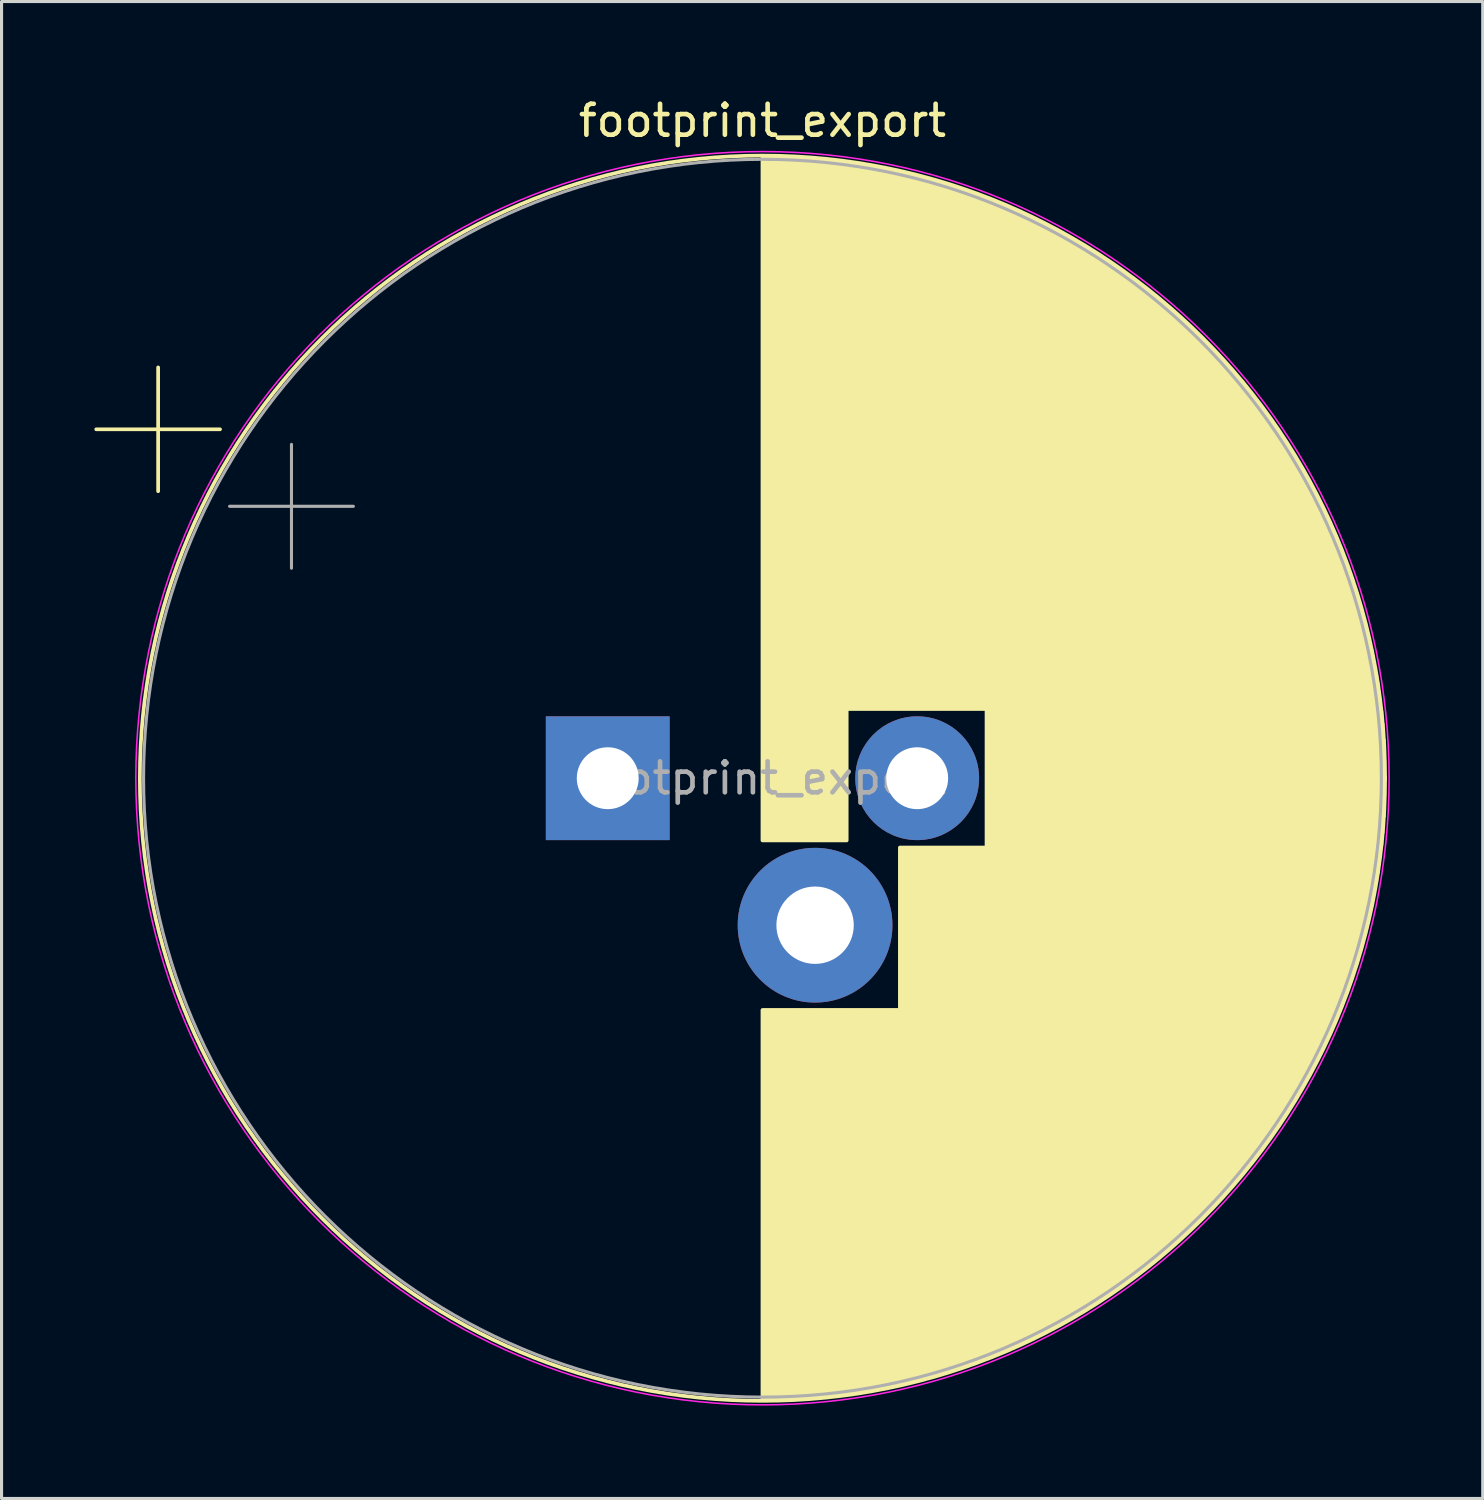
<source format=kicad_pcb>
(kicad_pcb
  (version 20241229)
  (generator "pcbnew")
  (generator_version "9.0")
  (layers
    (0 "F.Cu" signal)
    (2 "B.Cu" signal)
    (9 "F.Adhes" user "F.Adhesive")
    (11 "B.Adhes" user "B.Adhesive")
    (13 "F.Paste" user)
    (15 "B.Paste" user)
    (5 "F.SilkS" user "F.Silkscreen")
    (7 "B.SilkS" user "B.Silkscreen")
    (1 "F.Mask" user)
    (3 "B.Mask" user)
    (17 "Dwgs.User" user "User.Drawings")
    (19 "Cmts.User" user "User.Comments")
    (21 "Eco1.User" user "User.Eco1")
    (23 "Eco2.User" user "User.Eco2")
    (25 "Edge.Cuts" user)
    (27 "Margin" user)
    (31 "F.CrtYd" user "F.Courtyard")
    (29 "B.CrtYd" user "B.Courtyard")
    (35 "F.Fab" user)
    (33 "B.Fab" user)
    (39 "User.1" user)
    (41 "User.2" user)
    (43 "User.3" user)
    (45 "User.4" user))
  (footprint "footprint_export"
    (layer "F.Cu")
    (at 16.589 22.098)
    (property "Reference" "footprint_export" (at 5 -21.25 0) (layer "F.SilkS") (effects (font (size 1 1) (thickness 0.15))))
    (attr through_hole)
    (fp_line (start -16.529 -11.275) (end -12.529 -11.275) (stroke (width 0.12) (type solid)) (layer "F.SilkS"))
    (fp_line (start -14.529 -13.275) (end -14.529 -9.275) (stroke (width 0.12) (type solid)) (layer "F.SilkS"))
    (fp_line (start 5 -20.08) (end 5 2.01) (stroke (width 0.12) (type solid)) (layer "F.SilkS"))
    (fp_line (start 5 7.49) (end 5 20.08) (stroke (width 0.12) (type solid)) (layer "F.SilkS"))
    (fp_line (start 5.04 -20.08) (end 5.04 2.01) (stroke (width 0.12) (type solid)) (layer "F.SilkS"))
    (fp_line (start 5.04 7.49) (end 5.04 20.08) (stroke (width 0.12) (type solid)) (layer "F.SilkS"))
    (fp_line (start 5.08 -20.08) (end 5.08 2.01) (stroke (width 0.12) (type solid)) (layer "F.SilkS"))
    (fp_line (start 5.08 7.49) (end 5.08 20.08) (stroke (width 0.12) (type solid)) (layer "F.SilkS"))
    (fp_line (start 5.12 -20.08) (end 5.12 2.01) (stroke (width 0.12) (type solid)) (layer "F.SilkS"))
    (fp_line (start 5.12 7.49) (end 5.12 20.08) (stroke (width 0.12) (type solid)) (layer "F.SilkS"))
    (fp_line (start 5.16 -20.08) (end 5.16 2.01) (stroke (width 0.12) (type solid)) (layer "F.SilkS"))
    (fp_line (start 5.16 7.49) (end 5.16 20.08) (stroke (width 0.12) (type solid)) (layer "F.SilkS"))
    (fp_line (start 5.2 -20.08) (end 5.2 2.01) (stroke (width 0.12) (type solid)) (layer "F.SilkS"))
    (fp_line (start 5.2 7.49) (end 5.2 20.08) (stroke (width 0.12) (type solid)) (layer "F.SilkS"))
    (fp_line (start 5.24 -20.079) (end 5.24 2.01) (stroke (width 0.12) (type solid)) (layer "F.SilkS"))
    (fp_line (start 5.24 7.49) (end 5.24 20.079) (stroke (width 0.12) (type solid)) (layer "F.SilkS"))
    (fp_line (start 5.28 -20.079) (end 5.28 2.01) (stroke (width 0.12) (type solid)) (layer "F.SilkS"))
    (fp_line (start 5.28 7.49) (end 5.28 20.079) (stroke (width 0.12) (type solid)) (layer "F.SilkS"))
    (fp_line (start 5.32 -20.078) (end 5.32 2.01) (stroke (width 0.12) (type solid)) (layer "F.SilkS"))
    (fp_line (start 5.32 7.49) (end 5.32 20.078) (stroke (width 0.12) (type solid)) (layer "F.SilkS"))
    (fp_line (start 5.36 -20.077) (end 5.36 2.01) (stroke (width 0.12) (type solid)) (layer "F.SilkS"))
    (fp_line (start 5.36 7.49) (end 5.36 20.077) (stroke (width 0.12) (type solid)) (layer "F.SilkS"))
    (fp_line (start 5.4 -20.077) (end 5.4 2.01) (stroke (width 0.12) (type solid)) (layer "F.SilkS"))
    (fp_line (start 5.4 7.49) (end 5.4 20.077) (stroke (width 0.12) (type solid)) (layer "F.SilkS"))
    (fp_line (start 5.44 -20.076) (end 5.44 2.01) (stroke (width 0.12) (type solid)) (layer "F.SilkS"))
    (fp_line (start 5.44 7.49) (end 5.44 20.076) (stroke (width 0.12) (type solid)) (layer "F.SilkS"))
    (fp_line (start 5.48 -20.075) (end 5.48 2.01) (stroke (width 0.12) (type solid)) (layer "F.SilkS"))
    (fp_line (start 5.48 7.49) (end 5.48 20.075) (stroke (width 0.12) (type solid)) (layer "F.SilkS"))
    (fp_line (start 5.52 -20.074) (end 5.52 2.01) (stroke (width 0.12) (type solid)) (layer "F.SilkS"))
    (fp_line (start 5.52 7.49) (end 5.52 20.074) (stroke (width 0.12) (type solid)) (layer "F.SilkS"))
    (fp_line (start 5.56 -20.073) (end 5.56 2.01) (stroke (width 0.12) (type solid)) (layer "F.SilkS"))
    (fp_line (start 5.56 7.49) (end 5.56 20.073) (stroke (width 0.12) (type solid)) (layer "F.SilkS"))
    (fp_line (start 5.6 -20.072) (end 5.6 2.01) (stroke (width 0.12) (type solid)) (layer "F.SilkS"))
    (fp_line (start 5.6 7.49) (end 5.6 20.072) (stroke (width 0.12) (type solid)) (layer "F.SilkS"))
    (fp_line (start 5.64 -20.07) (end 5.64 2.01) (stroke (width 0.12) (type solid)) (layer "F.SilkS"))
    (fp_line (start 5.64 7.49) (end 5.64 20.07) (stroke (width 0.12) (type solid)) (layer "F.SilkS"))
    (fp_line (start 5.68 -20.069) (end 5.68 2.01) (stroke (width 0.12) (type solid)) (layer "F.SilkS"))
    (fp_line (start 5.68 7.49) (end 5.68 20.069) (stroke (width 0.12) (type solid)) (layer "F.SilkS"))
    (fp_line (start 5.721 -20.068) (end 5.721 2.01) (stroke (width 0.12) (type solid)) (layer "F.SilkS"))
    (fp_line (start 5.721 7.49) (end 5.721 20.068) (stroke (width 0.12) (type solid)) (layer "F.SilkS"))
    (fp_line (start 5.761 -20.066) (end 5.761 2.01) (stroke (width 0.12) (type solid)) (layer "F.SilkS"))
    (fp_line (start 5.761 7.49) (end 5.761 20.066) (stroke (width 0.12) (type solid)) (layer "F.SilkS"))
    (fp_line (start 5.801 -20.065) (end 5.801 2.01) (stroke (width 0.12) (type solid)) (layer "F.SilkS"))
    (fp_line (start 5.801 7.49) (end 5.801 20.065) (stroke (width 0.12) (type solid)) (layer "F.SilkS"))
    (fp_line (start 5.841 -20.063) (end 5.841 2.01) (stroke (width 0.12) (type solid)) (layer "F.SilkS"))
    (fp_line (start 5.841 7.49) (end 5.841 20.063) (stroke (width 0.12) (type solid)) (layer "F.SilkS"))
    (fp_line (start 5.881 -20.061) (end 5.881 2.01) (stroke (width 0.12) (type solid)) (layer "F.SilkS"))
    (fp_line (start 5.881 7.49) (end 5.881 20.061) (stroke (width 0.12) (type solid)) (layer "F.SilkS"))
    (fp_line (start 5.921 -20.059) (end 5.921 2.01) (stroke (width 0.12) (type solid)) (layer "F.SilkS"))
    (fp_line (start 5.921 7.49) (end 5.921 20.059) (stroke (width 0.12) (type solid)) (layer "F.SilkS"))
    (fp_line (start 5.961 -20.058) (end 5.961 2.01) (stroke (width 0.12) (type solid)) (layer "F.SilkS"))
    (fp_line (start 5.961 7.49) (end 5.961 20.058) (stroke (width 0.12) (type solid)) (layer "F.SilkS"))
    (fp_line (start 6.001 -20.056) (end 6.001 2.01) (stroke (width 0.12) (type solid)) (layer "F.SilkS"))
    (fp_line (start 6.001 7.49) (end 6.001 20.056) (stroke (width 0.12) (type solid)) (layer "F.SilkS"))
    (fp_line (start 6.041 -20.054) (end 6.041 2.01) (stroke (width 0.12) (type solid)) (layer "F.SilkS"))
    (fp_line (start 6.041 7.49) (end 6.041 20.054) (stroke (width 0.12) (type solid)) (layer "F.SilkS"))
    (fp_line (start 6.081 -20.051) (end 6.081 2.01) (stroke (width 0.12) (type solid)) (layer "F.SilkS"))
    (fp_line (start 6.081 7.49) (end 6.081 20.051) (stroke (width 0.12) (type solid)) (layer "F.SilkS"))
    (fp_line (start 6.121 -20.049) (end 6.121 2.01) (stroke (width 0.12) (type solid)) (layer "F.SilkS"))
    (fp_line (start 6.121 7.49) (end 6.121 20.049) (stroke (width 0.12) (type solid)) (layer "F.SilkS"))
    (fp_line (start 6.161 -20.047) (end 6.161 2.01) (stroke (width 0.12) (type solid)) (layer "F.SilkS"))
    (fp_line (start 6.161 7.49) (end 6.161 20.047) (stroke (width 0.12) (type solid)) (layer "F.SilkS"))
    (fp_line (start 6.201 -20.045) (end 6.201 2.01) (stroke (width 0.12) (type solid)) (layer "F.SilkS"))
    (fp_line (start 6.201 7.49) (end 6.201 20.045) (stroke (width 0.12) (type solid)) (layer "F.SilkS"))
    (fp_line (start 6.241 -20.042) (end 6.241 2.01) (stroke (width 0.12) (type solid)) (layer "F.SilkS"))
    (fp_line (start 6.241 7.49) (end 6.241 20.042) (stroke (width 0.12) (type solid)) (layer "F.SilkS"))
    (fp_line (start 6.281 -20.04) (end 6.281 2.01) (stroke (width 0.12) (type solid)) (layer "F.SilkS"))
    (fp_line (start 6.281 7.49) (end 6.281 20.04) (stroke (width 0.12) (type solid)) (layer "F.SilkS"))
    (fp_line (start 6.321 -20.037) (end 6.321 2.01) (stroke (width 0.12) (type solid)) (layer "F.SilkS"))
    (fp_line (start 6.321 7.49) (end 6.321 20.037) (stroke (width 0.12) (type solid)) (layer "F.SilkS"))
    (fp_line (start 6.361 -20.034) (end 6.361 2.01) (stroke (width 0.12) (type solid)) (layer "F.SilkS"))
    (fp_line (start 6.361 7.49) (end 6.361 20.034) (stroke (width 0.12) (type solid)) (layer "F.SilkS"))
    (fp_line (start 6.401 -20.032) (end 6.401 2.01) (stroke (width 0.12) (type solid)) (layer "F.SilkS"))
    (fp_line (start 6.401 7.49) (end 6.401 20.032) (stroke (width 0.12) (type solid)) (layer "F.SilkS"))
    (fp_line (start 6.441 -20.029) (end 6.441 2.01) (stroke (width 0.12) (type solid)) (layer "F.SilkS"))
    (fp_line (start 6.441 7.49) (end 6.441 20.029) (stroke (width 0.12) (type solid)) (layer "F.SilkS"))
    (fp_line (start 6.481 -20.026) (end 6.481 2.01) (stroke (width 0.12) (type solid)) (layer "F.SilkS"))
    (fp_line (start 6.481 7.49) (end 6.481 20.026) (stroke (width 0.12) (type solid)) (layer "F.SilkS"))
    (fp_line (start 6.521 -20.023) (end 6.521 2.01) (stroke (width 0.12) (type solid)) (layer "F.SilkS"))
    (fp_line (start 6.521 7.49) (end 6.521 20.023) (stroke (width 0.12) (type solid)) (layer "F.SilkS"))
    (fp_line (start 6.561 -20.02) (end 6.561 2.01) (stroke (width 0.12) (type solid)) (layer "F.SilkS"))
    (fp_line (start 6.561 7.49) (end 6.561 20.02) (stroke (width 0.12) (type solid)) (layer "F.SilkS"))
    (fp_line (start 6.601 -20.017) (end 6.601 2.01) (stroke (width 0.12) (type solid)) (layer "F.SilkS"))
    (fp_line (start 6.601 7.49) (end 6.601 20.017) (stroke (width 0.12) (type solid)) (layer "F.SilkS"))
    (fp_line (start 6.641 -20.014) (end 6.641 2.01) (stroke (width 0.12) (type solid)) (layer "F.SilkS"))
    (fp_line (start 6.641 7.49) (end 6.641 20.014) (stroke (width 0.12) (type solid)) (layer "F.SilkS"))
    (fp_line (start 6.681 -20.01) (end 6.681 2.01) (stroke (width 0.12) (type solid)) (layer "F.SilkS"))
    (fp_line (start 6.681 7.49) (end 6.681 20.01) (stroke (width 0.12) (type solid)) (layer "F.SilkS"))
    (fp_line (start 6.721 -20.007) (end 6.721 2.01) (stroke (width 0.12) (type solid)) (layer "F.SilkS"))
    (fp_line (start 6.721 7.49) (end 6.721 20.007) (stroke (width 0.12) (type solid)) (layer "F.SilkS"))
    (fp_line (start 6.761 -20.003) (end 6.761 2.01) (stroke (width 0.12) (type solid)) (layer "F.SilkS"))
    (fp_line (start 6.761 7.49) (end 6.761 20.003) (stroke (width 0.12) (type solid)) (layer "F.SilkS"))
    (fp_line (start 6.801 -20) (end 6.801 2.01) (stroke (width 0.12) (type solid)) (layer "F.SilkS"))
    (fp_line (start 6.801 7.49) (end 6.801 20) (stroke (width 0.12) (type solid)) (layer "F.SilkS"))
    (fp_line (start 6.841 -19.996) (end 6.841 2.01) (stroke (width 0.12) (type solid)) (layer "F.SilkS"))
    (fp_line (start 6.841 7.49) (end 6.841 19.996) (stroke (width 0.12) (type solid)) (layer "F.SilkS"))
    (fp_line (start 6.881 -19.992) (end 6.881 2.01) (stroke (width 0.12) (type solid)) (layer "F.SilkS"))
    (fp_line (start 6.881 7.49) (end 6.881 19.992) (stroke (width 0.12) (type solid)) (layer "F.SilkS"))
    (fp_line (start 6.921 -19.989) (end 6.921 2.01) (stroke (width 0.12) (type solid)) (layer "F.SilkS"))
    (fp_line (start 6.921 7.49) (end 6.921 19.989) (stroke (width 0.12) (type solid)) (layer "F.SilkS"))
    (fp_line (start 6.961 -19.985) (end 6.961 2.01) (stroke (width 0.12) (type solid)) (layer "F.SilkS"))
    (fp_line (start 6.961 7.49) (end 6.961 19.985) (stroke (width 0.12) (type solid)) (layer "F.SilkS"))
    (fp_line (start 7.001 -19.981) (end 7.001 2.01) (stroke (width 0.12) (type solid)) (layer "F.SilkS"))
    (fp_line (start 7.001 7.49) (end 7.001 19.981) (stroke (width 0.12) (type solid)) (layer "F.SilkS"))
    (fp_line (start 7.041 -19.977) (end 7.041 2.01) (stroke (width 0.12) (type solid)) (layer "F.SilkS"))
    (fp_line (start 7.041 7.49) (end 7.041 19.977) (stroke (width 0.12) (type solid)) (layer "F.SilkS"))
    (fp_line (start 7.081 -19.973) (end 7.081 2.01) (stroke (width 0.12) (type solid)) (layer "F.SilkS"))
    (fp_line (start 7.081 7.49) (end 7.081 19.973) (stroke (width 0.12) (type solid)) (layer "F.SilkS"))
    (fp_line (start 7.121 -19.968) (end 7.121 2.01) (stroke (width 0.12) (type solid)) (layer "F.SilkS"))
    (fp_line (start 7.121 7.49) (end 7.121 19.968) (stroke (width 0.12) (type solid)) (layer "F.SilkS"))
    (fp_line (start 7.161 -19.964) (end 7.161 2.01) (stroke (width 0.12) (type solid)) (layer "F.SilkS"))
    (fp_line (start 7.161 7.49) (end 7.161 19.964) (stroke (width 0.12) (type solid)) (layer "F.SilkS"))
    (fp_line (start 7.201 -19.96) (end 7.201 2.01) (stroke (width 0.12) (type solid)) (layer "F.SilkS"))
    (fp_line (start 7.201 7.49) (end 7.201 19.96) (stroke (width 0.12) (type solid)) (layer "F.SilkS"))
    (fp_line (start 7.241 -19.955) (end 7.241 2.01) (stroke (width 0.12) (type solid)) (layer "F.SilkS"))
    (fp_line (start 7.241 7.49) (end 7.241 19.955) (stroke (width 0.12) (type solid)) (layer "F.SilkS"))
    (fp_line (start 7.281 -19.951) (end 7.281 2.01) (stroke (width 0.12) (type solid)) (layer "F.SilkS"))
    (fp_line (start 7.281 7.49) (end 7.281 19.951) (stroke (width 0.12) (type solid)) (layer "F.SilkS"))
    (fp_line (start 7.321 -19.946) (end 7.321 2.01) (stroke (width 0.12) (type solid)) (layer "F.SilkS"))
    (fp_line (start 7.321 7.49) (end 7.321 19.946) (stroke (width 0.12) (type solid)) (layer "F.SilkS"))
    (fp_line (start 7.361 -19.942) (end 7.361 2.01) (stroke (width 0.12) (type solid)) (layer "F.SilkS"))
    (fp_line (start 7.361 7.49) (end 7.361 19.942) (stroke (width 0.12) (type solid)) (layer "F.SilkS"))
    (fp_line (start 7.401 -19.937) (end 7.401 2.01) (stroke (width 0.12) (type solid)) (layer "F.SilkS"))
    (fp_line (start 7.401 7.49) (end 7.401 19.937) (stroke (width 0.12) (type solid)) (layer "F.SilkS"))
    (fp_line (start 7.441 -19.932) (end 7.441 2.01) (stroke (width 0.12) (type solid)) (layer "F.SilkS"))
    (fp_line (start 7.441 7.49) (end 7.441 19.932) (stroke (width 0.12) (type solid)) (layer "F.SilkS"))
    (fp_line (start 7.481 -19.927) (end 7.481 2.01) (stroke (width 0.12) (type solid)) (layer "F.SilkS"))
    (fp_line (start 7.481 7.49) (end 7.481 19.927) (stroke (width 0.12) (type solid)) (layer "F.SilkS"))
    (fp_line (start 7.521 -19.922) (end 7.521 2.01) (stroke (width 0.12) (type solid)) (layer "F.SilkS"))
    (fp_line (start 7.521 7.49) (end 7.521 19.922) (stroke (width 0.12) (type solid)) (layer "F.SilkS"))
    (fp_line (start 7.561 -19.917) (end 7.561 2.01) (stroke (width 0.12) (type solid)) (layer "F.SilkS"))
    (fp_line (start 7.561 7.49) (end 7.561 19.917) (stroke (width 0.12) (type solid)) (layer "F.SilkS"))
    (fp_line (start 7.601 -19.912) (end 7.601 2.01) (stroke (width 0.12) (type solid)) (layer "F.SilkS"))
    (fp_line (start 7.601 7.49) (end 7.601 19.912) (stroke (width 0.12) (type solid)) (layer "F.SilkS"))
    (fp_line (start 7.641 -19.907) (end 7.641 2.01) (stroke (width 0.12) (type solid)) (layer "F.SilkS"))
    (fp_line (start 7.641 7.49) (end 7.641 19.907) (stroke (width 0.12) (type solid)) (layer "F.SilkS"))
    (fp_line (start 7.681 -19.901) (end 7.681 2.01) (stroke (width 0.12) (type solid)) (layer "F.SilkS"))
    (fp_line (start 7.681 7.49) (end 7.681 19.901) (stroke (width 0.12) (type solid)) (layer "F.SilkS"))
    (fp_line (start 7.721 -19.896) (end 7.721 2.01) (stroke (width 0.12) (type solid)) (layer "F.SilkS"))
    (fp_line (start 7.721 7.49) (end 7.721 19.896) (stroke (width 0.12) (type solid)) (layer "F.SilkS"))
    (fp_line (start 7.761 -19.89) (end 7.761 -2.24) (stroke (width 0.12) (type solid)) (layer "F.SilkS"))
    (fp_line (start 7.761 7.49) (end 7.761 19.89) (stroke (width 0.12) (type solid)) (layer "F.SilkS"))
    (fp_line (start 7.801 -19.885) (end 7.801 -2.24) (stroke (width 0.12) (type solid)) (layer "F.SilkS"))
    (fp_line (start 7.801 7.49) (end 7.801 19.885) (stroke (width 0.12) (type solid)) (layer "F.SilkS"))
    (fp_line (start 7.841 -19.879) (end 7.841 -2.24) (stroke (width 0.12) (type solid)) (layer "F.SilkS"))
    (fp_line (start 7.841 7.49) (end 7.841 19.879) (stroke (width 0.12) (type solid)) (layer "F.SilkS"))
    (fp_line (start 7.881 -19.873) (end 7.881 -2.24) (stroke (width 0.12) (type solid)) (layer "F.SilkS"))
    (fp_line (start 7.881 7.49) (end 7.881 19.873) (stroke (width 0.12) (type solid)) (layer "F.SilkS"))
    (fp_line (start 7.921 -19.867) (end 7.921 -2.24) (stroke (width 0.12) (type solid)) (layer "F.SilkS"))
    (fp_line (start 7.921 7.49) (end 7.921 19.867) (stroke (width 0.12) (type solid)) (layer "F.SilkS"))
    (fp_line (start 7.961 -19.862) (end 7.961 -2.24) (stroke (width 0.12) (type solid)) (layer "F.SilkS"))
    (fp_line (start 7.961 7.49) (end 7.961 19.862) (stroke (width 0.12) (type solid)) (layer "F.SilkS"))
    (fp_line (start 8.001 -19.856) (end 8.001 -2.24) (stroke (width 0.12) (type solid)) (layer "F.SilkS"))
    (fp_line (start 8.001 7.49) (end 8.001 19.856) (stroke (width 0.12) (type solid)) (layer "F.SilkS"))
    (fp_line (start 8.041 -19.85) (end 8.041 -2.24) (stroke (width 0.12) (type solid)) (layer "F.SilkS"))
    (fp_line (start 8.041 7.49) (end 8.041 19.85) (stroke (width 0.12) (type solid)) (layer "F.SilkS"))
    (fp_line (start 8.081 -19.843) (end 8.081 -2.24) (stroke (width 0.12) (type solid)) (layer "F.SilkS"))
    (fp_line (start 8.081 7.49) (end 8.081 19.843) (stroke (width 0.12) (type solid)) (layer "F.SilkS"))
    (fp_line (start 8.121 -19.837) (end 8.121 -2.24) (stroke (width 0.12) (type solid)) (layer "F.SilkS"))
    (fp_line (start 8.121 7.49) (end 8.121 19.837) (stroke (width 0.12) (type solid)) (layer "F.SilkS"))
    (fp_line (start 8.161 -19.831) (end 8.161 -2.24) (stroke (width 0.12) (type solid)) (layer "F.SilkS"))
    (fp_line (start 8.161 7.49) (end 8.161 19.831) (stroke (width 0.12) (type solid)) (layer "F.SilkS"))
    (fp_line (start 8.201 -19.824) (end 8.201 -2.24) (stroke (width 0.12) (type solid)) (layer "F.SilkS"))
    (fp_line (start 8.201 7.49) (end 8.201 19.824) (stroke (width 0.12) (type solid)) (layer "F.SilkS"))
    (fp_line (start 8.241 -19.818) (end 8.241 -2.24) (stroke (width 0.12) (type solid)) (layer "F.SilkS"))
    (fp_line (start 8.241 7.49) (end 8.241 19.818) (stroke (width 0.12) (type solid)) (layer "F.SilkS"))
    (fp_line (start 8.281 -19.811) (end 8.281 -2.24) (stroke (width 0.12) (type solid)) (layer "F.SilkS"))
    (fp_line (start 8.281 7.49) (end 8.281 19.811) (stroke (width 0.12) (type solid)) (layer "F.SilkS"))
    (fp_line (start 8.321 -19.805) (end 8.321 -2.24) (stroke (width 0.12) (type solid)) (layer "F.SilkS"))
    (fp_line (start 8.321 7.49) (end 8.321 19.805) (stroke (width 0.12) (type solid)) (layer "F.SilkS"))
    (fp_line (start 8.361 -19.798) (end 8.361 -2.24) (stroke (width 0.12) (type solid)) (layer "F.SilkS"))
    (fp_line (start 8.361 7.49) (end 8.361 19.798) (stroke (width 0.12) (type solid)) (layer "F.SilkS"))
    (fp_line (start 8.401 -19.791) (end 8.401 -2.24) (stroke (width 0.12) (type solid)) (layer "F.SilkS"))
    (fp_line (start 8.401 7.49) (end 8.401 19.791) (stroke (width 0.12) (type solid)) (layer "F.SilkS"))
    (fp_line (start 8.441 -19.784) (end 8.441 -2.24) (stroke (width 0.12) (type solid)) (layer "F.SilkS"))
    (fp_line (start 8.441 7.49) (end 8.441 19.784) (stroke (width 0.12) (type solid)) (layer "F.SilkS"))
    (fp_line (start 8.481 -19.777) (end 8.481 -2.24) (stroke (width 0.12) (type solid)) (layer "F.SilkS"))
    (fp_line (start 8.481 7.49) (end 8.481 19.777) (stroke (width 0.12) (type solid)) (layer "F.SilkS"))
    (fp_line (start 8.521 -19.77) (end 8.521 -2.24) (stroke (width 0.12) (type solid)) (layer "F.SilkS"))
    (fp_line (start 8.521 7.49) (end 8.521 19.77) (stroke (width 0.12) (type solid)) (layer "F.SilkS"))
    (fp_line (start 8.561 -19.763) (end 8.561 -2.24) (stroke (width 0.12) (type solid)) (layer "F.SilkS"))
    (fp_line (start 8.561 7.49) (end 8.561 19.763) (stroke (width 0.12) (type solid)) (layer "F.SilkS"))
    (fp_line (start 8.601 -19.756) (end 8.601 -2.24) (stroke (width 0.12) (type solid)) (layer "F.SilkS"))
    (fp_line (start 8.601 7.49) (end 8.601 19.756) (stroke (width 0.12) (type solid)) (layer "F.SilkS"))
    (fp_line (start 8.641 -19.748) (end 8.641 -2.24) (stroke (width 0.12) (type solid)) (layer "F.SilkS"))
    (fp_line (start 8.641 7.49) (end 8.641 19.748) (stroke (width 0.12) (type solid)) (layer "F.SilkS"))
    (fp_line (start 8.681 -19.741) (end 8.681 -2.24) (stroke (width 0.12) (type solid)) (layer "F.SilkS"))
    (fp_line (start 8.681 7.49) (end 8.681 19.741) (stroke (width 0.12) (type solid)) (layer "F.SilkS"))
    (fp_line (start 8.721 -19.734) (end 8.721 -2.24) (stroke (width 0.12) (type solid)) (layer "F.SilkS"))
    (fp_line (start 8.721 7.49) (end 8.721 19.734) (stroke (width 0.12) (type solid)) (layer "F.SilkS"))
    (fp_line (start 8.761 -19.726) (end 8.761 -2.24) (stroke (width 0.12) (type solid)) (layer "F.SilkS"))
    (fp_line (start 8.761 7.49) (end 8.761 19.726) (stroke (width 0.12) (type solid)) (layer "F.SilkS"))
    (fp_line (start 8.801 -19.718) (end 8.801 -2.24) (stroke (width 0.12) (type solid)) (layer "F.SilkS"))
    (fp_line (start 8.801 7.49) (end 8.801 19.718) (stroke (width 0.12) (type solid)) (layer "F.SilkS"))
    (fp_line (start 8.841 -19.711) (end 8.841 -2.24) (stroke (width 0.12) (type solid)) (layer "F.SilkS"))
    (fp_line (start 8.841 7.49) (end 8.841 19.711) (stroke (width 0.12) (type solid)) (layer "F.SilkS"))
    (fp_line (start 8.881 -19.703) (end 8.881 -2.24) (stroke (width 0.12) (type solid)) (layer "F.SilkS"))
    (fp_line (start 8.881 7.49) (end 8.881 19.703) (stroke (width 0.12) (type solid)) (layer "F.SilkS"))
    (fp_line (start 8.921 -19.695) (end 8.921 -2.24) (stroke (width 0.12) (type solid)) (layer "F.SilkS"))
    (fp_line (start 8.921 7.49) (end 8.921 19.695) (stroke (width 0.12) (type solid)) (layer "F.SilkS"))
    (fp_line (start 8.961 -19.687) (end 8.961 -2.24) (stroke (width 0.12) (type solid)) (layer "F.SilkS"))
    (fp_line (start 8.961 7.49) (end 8.961 19.687) (stroke (width 0.12) (type solid)) (layer "F.SilkS"))
    (fp_line (start 9.001 -19.679) (end 9.001 -2.24) (stroke (width 0.12) (type solid)) (layer "F.SilkS"))
    (fp_line (start 9.001 7.49) (end 9.001 19.679) (stroke (width 0.12) (type solid)) (layer "F.SilkS"))
    (fp_line (start 9.041 -19.671) (end 9.041 -2.24) (stroke (width 0.12) (type solid)) (layer "F.SilkS"))
    (fp_line (start 9.041 7.49) (end 9.041 19.671) (stroke (width 0.12) (type solid)) (layer "F.SilkS"))
    (fp_line (start 9.081 -19.662) (end 9.081 -2.24) (stroke (width 0.12) (type solid)) (layer "F.SilkS"))
    (fp_line (start 9.081 7.49) (end 9.081 19.662) (stroke (width 0.12) (type solid)) (layer "F.SilkS"))
    (fp_line (start 9.121 -19.654) (end 9.121 -2.24) (stroke (width 0.12) (type solid)) (layer "F.SilkS"))
    (fp_line (start 9.121 7.49) (end 9.121 19.654) (stroke (width 0.12) (type solid)) (layer "F.SilkS"))
    (fp_line (start 9.161 -19.646) (end 9.161 -2.24) (stroke (width 0.12) (type solid)) (layer "F.SilkS"))
    (fp_line (start 9.161 7.49) (end 9.161 19.646) (stroke (width 0.12) (type solid)) (layer "F.SilkS"))
    (fp_line (start 9.201 -19.637) (end 9.201 -2.24) (stroke (width 0.12) (type solid)) (layer "F.SilkS"))
    (fp_line (start 9.201 7.49) (end 9.201 19.637) (stroke (width 0.12) (type solid)) (layer "F.SilkS"))
    (fp_line (start 9.241 -19.629) (end 9.241 -2.24) (stroke (width 0.12) (type solid)) (layer "F.SilkS"))
    (fp_line (start 9.241 7.49) (end 9.241 19.629) (stroke (width 0.12) (type solid)) (layer "F.SilkS"))
    (fp_line (start 9.281 -19.62) (end 9.281 -2.24) (stroke (width 0.12) (type solid)) (layer "F.SilkS"))
    (fp_line (start 9.281 7.49) (end 9.281 19.62) (stroke (width 0.12) (type solid)) (layer "F.SilkS"))
    (fp_line (start 9.321 -19.611) (end 9.321 -2.24) (stroke (width 0.12) (type solid)) (layer "F.SilkS"))
    (fp_line (start 9.321 7.49) (end 9.321 19.611) (stroke (width 0.12) (type solid)) (layer "F.SilkS"))
    (fp_line (start 9.361 -19.602) (end 9.361 -2.24) (stroke (width 0.12) (type solid)) (layer "F.SilkS"))
    (fp_line (start 9.361 7.49) (end 9.361 19.602) (stroke (width 0.12) (type solid)) (layer "F.SilkS"))
    (fp_line (start 9.401 -19.593) (end 9.401 -2.24) (stroke (width 0.12) (type solid)) (layer "F.SilkS"))
    (fp_line (start 9.401 7.49) (end 9.401 19.593) (stroke (width 0.12) (type solid)) (layer "F.SilkS"))
    (fp_line (start 9.441 -19.584) (end 9.441 -2.24) (stroke (width 0.12) (type solid)) (layer "F.SilkS"))
    (fp_line (start 9.441 2.24) (end 9.441 19.584) (stroke (width 0.12) (type solid)) (layer "F.SilkS"))
    (fp_line (start 9.481 -19.575) (end 9.481 -2.24) (stroke (width 0.12) (type solid)) (layer "F.SilkS"))
    (fp_line (start 9.481 2.24) (end 9.481 19.575) (stroke (width 0.12) (type solid)) (layer "F.SilkS"))
    (fp_line (start 9.521 -19.566) (end 9.521 -2.24) (stroke (width 0.12) (type solid)) (layer "F.SilkS"))
    (fp_line (start 9.521 2.24) (end 9.521 19.566) (stroke (width 0.12) (type solid)) (layer "F.SilkS"))
    (fp_line (start 9.561 -19.557) (end 9.561 -2.24) (stroke (width 0.12) (type solid)) (layer "F.SilkS"))
    (fp_line (start 9.561 2.24) (end 9.561 19.557) (stroke (width 0.12) (type solid)) (layer "F.SilkS"))
    (fp_line (start 9.601 -19.548) (end 9.601 -2.24) (stroke (width 0.12) (type solid)) (layer "F.SilkS"))
    (fp_line (start 9.601 2.24) (end 9.601 19.548) (stroke (width 0.12) (type solid)) (layer "F.SilkS"))
    (fp_line (start 9.641 -19.538) (end 9.641 -2.24) (stroke (width 0.12) (type solid)) (layer "F.SilkS"))
    (fp_line (start 9.641 2.24) (end 9.641 19.538) (stroke (width 0.12) (type solid)) (layer "F.SilkS"))
    (fp_line (start 9.681 -19.529) (end 9.681 -2.24) (stroke (width 0.12) (type solid)) (layer "F.SilkS"))
    (fp_line (start 9.681 2.24) (end 9.681 19.529) (stroke (width 0.12) (type solid)) (layer "F.SilkS"))
    (fp_line (start 9.721 -19.519) (end 9.721 -2.24) (stroke (width 0.12) (type solid)) (layer "F.SilkS"))
    (fp_line (start 9.721 2.24) (end 9.721 19.519) (stroke (width 0.12) (type solid)) (layer "F.SilkS"))
    (fp_line (start 9.761 -19.509) (end 9.761 -2.24) (stroke (width 0.12) (type solid)) (layer "F.SilkS"))
    (fp_line (start 9.761 2.24) (end 9.761 19.509) (stroke (width 0.12) (type solid)) (layer "F.SilkS"))
    (fp_line (start 9.801 -19.5) (end 9.801 -2.24) (stroke (width 0.12) (type solid)) (layer "F.SilkS"))
    (fp_line (start 9.801 2.24) (end 9.801 19.5) (stroke (width 0.12) (type solid)) (layer "F.SilkS"))
    (fp_line (start 9.841 -19.49) (end 9.841 -2.24) (stroke (width 0.12) (type solid)) (layer "F.SilkS"))
    (fp_line (start 9.841 2.24) (end 9.841 19.49) (stroke (width 0.12) (type solid)) (layer "F.SilkS"))
    (fp_line (start 9.881 -19.48) (end 9.881 -2.24) (stroke (width 0.12) (type solid)) (layer "F.SilkS"))
    (fp_line (start 9.881 2.24) (end 9.881 19.48) (stroke (width 0.12) (type solid)) (layer "F.SilkS"))
    (fp_line (start 9.921 -19.47) (end 9.921 -2.24) (stroke (width 0.12) (type solid)) (layer "F.SilkS"))
    (fp_line (start 9.921 2.24) (end 9.921 19.47) (stroke (width 0.12) (type solid)) (layer "F.SilkS"))
    (fp_line (start 9.961 -19.46) (end 9.961 -2.24) (stroke (width 0.12) (type solid)) (layer "F.SilkS"))
    (fp_line (start 9.961 2.24) (end 9.961 19.46) (stroke (width 0.12) (type solid)) (layer "F.SilkS"))
    (fp_line (start 10.001 -19.449) (end 10.001 -2.24) (stroke (width 0.12) (type solid)) (layer "F.SilkS"))
    (fp_line (start 10.001 2.24) (end 10.001 19.449) (stroke (width 0.12) (type solid)) (layer "F.SilkS"))
    (fp_line (start 10.041 -19.439) (end 10.041 -2.24) (stroke (width 0.12) (type solid)) (layer "F.SilkS"))
    (fp_line (start 10.041 2.24) (end 10.041 19.439) (stroke (width 0.12) (type solid)) (layer "F.SilkS"))
    (fp_line (start 10.081 -19.429) (end 10.081 -2.24) (stroke (width 0.12) (type solid)) (layer "F.SilkS"))
    (fp_line (start 10.081 2.24) (end 10.081 19.429) (stroke (width 0.12) (type solid)) (layer "F.SilkS"))
    (fp_line (start 10.121 -19.418) (end 10.121 -2.24) (stroke (width 0.12) (type solid)) (layer "F.SilkS"))
    (fp_line (start 10.121 2.24) (end 10.121 19.418) (stroke (width 0.12) (type solid)) (layer "F.SilkS"))
    (fp_line (start 10.161 -19.408) (end 10.161 -2.24) (stroke (width 0.12) (type solid)) (layer "F.SilkS"))
    (fp_line (start 10.161 2.24) (end 10.161 19.408) (stroke (width 0.12) (type solid)) (layer "F.SilkS"))
    (fp_line (start 10.201 -19.397) (end 10.201 -2.24) (stroke (width 0.12) (type solid)) (layer "F.SilkS"))
    (fp_line (start 10.201 2.24) (end 10.201 19.397) (stroke (width 0.12) (type solid)) (layer "F.SilkS"))
    (fp_line (start 10.241 -19.386) (end 10.241 -2.24) (stroke (width 0.12) (type solid)) (layer "F.SilkS"))
    (fp_line (start 10.241 2.24) (end 10.241 19.386) (stroke (width 0.12) (type solid)) (layer "F.SilkS"))
    (fp_line (start 10.281 -19.375) (end 10.281 -2.24) (stroke (width 0.12) (type solid)) (layer "F.SilkS"))
    (fp_line (start 10.281 2.24) (end 10.281 19.375) (stroke (width 0.12) (type solid)) (layer "F.SilkS"))
    (fp_line (start 10.321 -19.364) (end 10.321 -2.24) (stroke (width 0.12) (type solid)) (layer "F.SilkS"))
    (fp_line (start 10.321 2.24) (end 10.321 19.364) (stroke (width 0.12) (type solid)) (layer "F.SilkS"))
    (fp_line (start 10.361 -19.353) (end 10.361 -2.24) (stroke (width 0.12) (type solid)) (layer "F.SilkS"))
    (fp_line (start 10.361 2.24) (end 10.361 19.353) (stroke (width 0.12) (type solid)) (layer "F.SilkS"))
    (fp_line (start 10.401 -19.342) (end 10.401 -2.24) (stroke (width 0.12) (type solid)) (layer "F.SilkS"))
    (fp_line (start 10.401 2.24) (end 10.401 19.342) (stroke (width 0.12) (type solid)) (layer "F.SilkS"))
    (fp_line (start 10.441 -19.331) (end 10.441 -2.24) (stroke (width 0.12) (type solid)) (layer "F.SilkS"))
    (fp_line (start 10.441 2.24) (end 10.441 19.331) (stroke (width 0.12) (type solid)) (layer "F.SilkS"))
    (fp_line (start 10.481 -19.32) (end 10.481 -2.24) (stroke (width 0.12) (type solid)) (layer "F.SilkS"))
    (fp_line (start 10.481 2.24) (end 10.481 19.32) (stroke (width 0.12) (type solid)) (layer "F.SilkS"))
    (fp_line (start 10.521 -19.308) (end 10.521 -2.24) (stroke (width 0.12) (type solid)) (layer "F.SilkS"))
    (fp_line (start 10.521 2.24) (end 10.521 19.308) (stroke (width 0.12) (type solid)) (layer "F.SilkS"))
    (fp_line (start 10.561 -19.297) (end 10.561 -2.24) (stroke (width 0.12) (type solid)) (layer "F.SilkS"))
    (fp_line (start 10.561 2.24) (end 10.561 19.297) (stroke (width 0.12) (type solid)) (layer "F.SilkS"))
    (fp_line (start 10.601 -19.285) (end 10.601 -2.24) (stroke (width 0.12) (type solid)) (layer "F.SilkS"))
    (fp_line (start 10.601 2.24) (end 10.601 19.285) (stroke (width 0.12) (type solid)) (layer "F.SilkS"))
    (fp_line (start 10.641 -19.274) (end 10.641 -2.24) (stroke (width 0.12) (type solid)) (layer "F.SilkS"))
    (fp_line (start 10.641 2.24) (end 10.641 19.274) (stroke (width 0.12) (type solid)) (layer "F.SilkS"))
    (fp_line (start 10.681 -19.262) (end 10.681 -2.24) (stroke (width 0.12) (type solid)) (layer "F.SilkS"))
    (fp_line (start 10.681 2.24) (end 10.681 19.262) (stroke (width 0.12) (type solid)) (layer "F.SilkS"))
    (fp_line (start 10.721 -19.25) (end 10.721 -2.24) (stroke (width 0.12) (type solid)) (layer "F.SilkS"))
    (fp_line (start 10.721 2.24) (end 10.721 19.25) (stroke (width 0.12) (type solid)) (layer "F.SilkS"))
    (fp_line (start 10.761 -19.238) (end 10.761 -2.24) (stroke (width 0.12) (type solid)) (layer "F.SilkS"))
    (fp_line (start 10.761 2.24) (end 10.761 19.238) (stroke (width 0.12) (type solid)) (layer "F.SilkS"))
    (fp_line (start 10.801 -19.226) (end 10.801 -2.24) (stroke (width 0.12) (type solid)) (layer "F.SilkS"))
    (fp_line (start 10.801 2.24) (end 10.801 19.226) (stroke (width 0.12) (type solid)) (layer "F.SilkS"))
    (fp_line (start 10.841 -19.214) (end 10.841 -2.24) (stroke (width 0.12) (type solid)) (layer "F.SilkS"))
    (fp_line (start 10.841 2.24) (end 10.841 19.214) (stroke (width 0.12) (type solid)) (layer "F.SilkS"))
    (fp_line (start 10.881 -19.202) (end 10.881 -2.24) (stroke (width 0.12) (type solid)) (layer "F.SilkS"))
    (fp_line (start 10.881 2.24) (end 10.881 19.202) (stroke (width 0.12) (type solid)) (layer "F.SilkS"))
    (fp_line (start 10.921 -19.19) (end 10.921 -2.24) (stroke (width 0.12) (type solid)) (layer "F.SilkS"))
    (fp_line (start 10.921 2.24) (end 10.921 19.19) (stroke (width 0.12) (type solid)) (layer "F.SilkS"))
    (fp_line (start 10.961 -19.177) (end 10.961 -2.24) (stroke (width 0.12) (type solid)) (layer "F.SilkS"))
    (fp_line (start 10.961 2.24) (end 10.961 19.177) (stroke (width 0.12) (type solid)) (layer "F.SilkS"))
    (fp_line (start 11.001 -19.165) (end 11.001 -2.24) (stroke (width 0.12) (type solid)) (layer "F.SilkS"))
    (fp_line (start 11.001 2.24) (end 11.001 19.165) (stroke (width 0.12) (type solid)) (layer "F.SilkS"))
    (fp_line (start 11.041 -19.152) (end 11.041 -2.24) (stroke (width 0.12) (type solid)) (layer "F.SilkS"))
    (fp_line (start 11.041 2.24) (end 11.041 19.152) (stroke (width 0.12) (type solid)) (layer "F.SilkS"))
    (fp_line (start 11.081 -19.14) (end 11.081 -2.24) (stroke (width 0.12) (type solid)) (layer "F.SilkS"))
    (fp_line (start 11.081 2.24) (end 11.081 19.14) (stroke (width 0.12) (type solid)) (layer "F.SilkS"))
    (fp_line (start 11.121 -19.127) (end 11.121 -2.24) (stroke (width 0.12) (type solid)) (layer "F.SilkS"))
    (fp_line (start 11.121 2.24) (end 11.121 19.127) (stroke (width 0.12) (type solid)) (layer "F.SilkS"))
    (fp_line (start 11.161 -19.114) (end 11.161 -2.24) (stroke (width 0.12) (type solid)) (layer "F.SilkS"))
    (fp_line (start 11.161 2.24) (end 11.161 19.114) (stroke (width 0.12) (type solid)) (layer "F.SilkS"))
    (fp_line (start 11.201 -19.101) (end 11.201 -2.24) (stroke (width 0.12) (type solid)) (layer "F.SilkS"))
    (fp_line (start 11.201 2.24) (end 11.201 19.101) (stroke (width 0.12) (type solid)) (layer "F.SilkS"))
    (fp_line (start 11.241 -19.088) (end 11.241 -2.24) (stroke (width 0.12) (type solid)) (layer "F.SilkS"))
    (fp_line (start 11.241 2.24) (end 11.241 19.088) (stroke (width 0.12) (type solid)) (layer "F.SilkS"))
    (fp_line (start 11.281 -19.075) (end 11.281 -2.24) (stroke (width 0.12) (type solid)) (layer "F.SilkS"))
    (fp_line (start 11.281 2.24) (end 11.281 19.075) (stroke (width 0.12) (type solid)) (layer "F.SilkS"))
    (fp_line (start 11.321 -19.062) (end 11.321 -2.24) (stroke (width 0.12) (type solid)) (layer "F.SilkS"))
    (fp_line (start 11.321 2.24) (end 11.321 19.062) (stroke (width 0.12) (type solid)) (layer "F.SilkS"))
    (fp_line (start 11.361 -19.049) (end 11.361 -2.24) (stroke (width 0.12) (type solid)) (layer "F.SilkS"))
    (fp_line (start 11.361 2.24) (end 11.361 19.049) (stroke (width 0.12) (type solid)) (layer "F.SilkS"))
    (fp_line (start 11.401 -19.035) (end 11.401 -2.24) (stroke (width 0.12) (type solid)) (layer "F.SilkS"))
    (fp_line (start 11.401 2.24) (end 11.401 19.035) (stroke (width 0.12) (type solid)) (layer "F.SilkS"))
    (fp_line (start 11.441 -19.022) (end 11.441 -2.24) (stroke (width 0.12) (type solid)) (layer "F.SilkS"))
    (fp_line (start 11.441 2.24) (end 11.441 19.022) (stroke (width 0.12) (type solid)) (layer "F.SilkS"))
    (fp_line (start 11.481 -19.008) (end 11.481 -2.24) (stroke (width 0.12) (type solid)) (layer "F.SilkS"))
    (fp_line (start 11.481 2.24) (end 11.481 19.008) (stroke (width 0.12) (type solid)) (layer "F.SilkS"))
    (fp_line (start 11.521 -18.995) (end 11.521 -2.24) (stroke (width 0.12) (type solid)) (layer "F.SilkS"))
    (fp_line (start 11.521 2.24) (end 11.521 18.995) (stroke (width 0.12) (type solid)) (layer "F.SilkS"))
    (fp_line (start 11.561 -18.981) (end 11.561 -2.24) (stroke (width 0.12) (type solid)) (layer "F.SilkS"))
    (fp_line (start 11.561 2.24) (end 11.561 18.981) (stroke (width 0.12) (type solid)) (layer "F.SilkS"))
    (fp_line (start 11.601 -18.967) (end 11.601 -2.24) (stroke (width 0.12) (type solid)) (layer "F.SilkS"))
    (fp_line (start 11.601 2.24) (end 11.601 18.967) (stroke (width 0.12) (type solid)) (layer "F.SilkS"))
    (fp_line (start 11.641 -18.953) (end 11.641 -2.24) (stroke (width 0.12) (type solid)) (layer "F.SilkS"))
    (fp_line (start 11.641 2.24) (end 11.641 18.953) (stroke (width 0.12) (type solid)) (layer "F.SilkS"))
    (fp_line (start 11.681 -18.939) (end 11.681 -2.24) (stroke (width 0.12) (type solid)) (layer "F.SilkS"))
    (fp_line (start 11.681 2.24) (end 11.681 18.939) (stroke (width 0.12) (type solid)) (layer "F.SilkS"))
    (fp_line (start 11.721 -18.925) (end 11.721 -2.24) (stroke (width 0.12) (type solid)) (layer "F.SilkS"))
    (fp_line (start 11.721 2.24) (end 11.721 18.925) (stroke (width 0.12) (type solid)) (layer "F.SilkS"))
    (fp_line (start 11.761 -18.911) (end 11.761 -2.24) (stroke (width 0.12) (type solid)) (layer "F.SilkS"))
    (fp_line (start 11.761 2.24) (end 11.761 18.911) (stroke (width 0.12) (type solid)) (layer "F.SilkS"))
    (fp_line (start 11.801 -18.897) (end 11.801 -2.24) (stroke (width 0.12) (type solid)) (layer "F.SilkS"))
    (fp_line (start 11.801 2.24) (end 11.801 18.897) (stroke (width 0.12) (type solid)) (layer "F.SilkS"))
    (fp_line (start 11.841 -18.882) (end 11.841 -2.24) (stroke (width 0.12) (type solid)) (layer "F.SilkS"))
    (fp_line (start 11.841 2.24) (end 11.841 18.882) (stroke (width 0.12) (type solid)) (layer "F.SilkS"))
    (fp_line (start 11.881 -18.868) (end 11.881 -2.24) (stroke (width 0.12) (type solid)) (layer "F.SilkS"))
    (fp_line (start 11.881 2.24) (end 11.881 18.868) (stroke (width 0.12) (type solid)) (layer "F.SilkS"))
    (fp_line (start 11.921 -18.853) (end 11.921 -2.24) (stroke (width 0.12) (type solid)) (layer "F.SilkS"))
    (fp_line (start 11.921 2.24) (end 11.921 18.853) (stroke (width 0.12) (type solid)) (layer "F.SilkS"))
    (fp_line (start 11.961 -18.838) (end 11.961 -2.24) (stroke (width 0.12) (type solid)) (layer "F.SilkS"))
    (fp_line (start 11.961 2.24) (end 11.961 18.838) (stroke (width 0.12) (type solid)) (layer "F.SilkS"))
    (fp_line (start 12.001 -18.824) (end 12.001 -2.24) (stroke (width 0.12) (type solid)) (layer "F.SilkS"))
    (fp_line (start 12.001 2.24) (end 12.001 18.824) (stroke (width 0.12) (type solid)) (layer "F.SilkS"))
    (fp_line (start 12.041 -18.809) (end 12.041 -2.24) (stroke (width 0.12) (type solid)) (layer "F.SilkS"))
    (fp_line (start 12.041 2.24) (end 12.041 18.809) (stroke (width 0.12) (type solid)) (layer "F.SilkS"))
    (fp_line (start 12.081 -18.794) (end 12.081 -2.24) (stroke (width 0.12) (type solid)) (layer "F.SilkS"))
    (fp_line (start 12.081 2.24) (end 12.081 18.794) (stroke (width 0.12) (type solid)) (layer "F.SilkS"))
    (fp_line (start 12.121 -18.779) (end 12.121 -2.24) (stroke (width 0.12) (type solid)) (layer "F.SilkS"))
    (fp_line (start 12.121 2.24) (end 12.121 18.779) (stroke (width 0.12) (type solid)) (layer "F.SilkS"))
    (fp_line (start 12.161 -18.763) (end 12.161 -2.24) (stroke (width 0.12) (type solid)) (layer "F.SilkS"))
    (fp_line (start 12.161 2.24) (end 12.161 18.763) (stroke (width 0.12) (type solid)) (layer "F.SilkS"))
    (fp_line (start 12.201 -18.748) (end 12.201 -2.24) (stroke (width 0.12) (type solid)) (layer "F.SilkS"))
    (fp_line (start 12.201 2.24) (end 12.201 18.748) (stroke (width 0.12) (type solid)) (layer "F.SilkS"))
    (fp_line (start 12.241 -18.733) (end 12.241 18.733) (stroke (width 0.12) (type solid)) (layer "F.SilkS"))
    (fp_line (start 12.281 -18.717) (end 12.281 18.717) (stroke (width 0.12) (type solid)) (layer "F.SilkS"))
    (fp_line (start 12.321 -18.702) (end 12.321 18.702) (stroke (width 0.12) (type solid)) (layer "F.SilkS"))
    (fp_line (start 12.361 -18.686) (end 12.361 18.686) (stroke (width 0.12) (type solid)) (layer "F.SilkS"))
    (fp_line (start 12.401 -18.67) (end 12.401 18.67) (stroke (width 0.12) (type solid)) (layer "F.SilkS"))
    (fp_line (start 12.441 -18.654) (end 12.441 18.654) (stroke (width 0.12) (type solid)) (layer "F.SilkS"))
    (fp_line (start 12.481 -18.638) (end 12.481 18.638) (stroke (width 0.12) (type solid)) (layer "F.SilkS"))
    (fp_line (start 12.521 -18.622) (end 12.521 18.622) (stroke (width 0.12) (type solid)) (layer "F.SilkS"))
    (fp_line (start 12.561 -18.606) (end 12.561 18.606) (stroke (width 0.12) (type solid)) (layer "F.SilkS"))
    (fp_line (start 12.601 -18.59) (end 12.601 18.59) (stroke (width 0.12) (type solid)) (layer "F.SilkS"))
    (fp_line (start 12.641 -18.574) (end 12.641 18.574) (stroke (width 0.12) (type solid)) (layer "F.SilkS"))
    (fp_line (start 12.681 -18.557) (end 12.681 18.557) (stroke (width 0.12) (type solid)) (layer "F.SilkS"))
    (fp_line (start 12.721 -18.54) (end 12.721 18.54) (stroke (width 0.12) (type solid)) (layer "F.SilkS"))
    (fp_line (start 12.761 -18.524) (end 12.761 18.524) (stroke (width 0.12) (type solid)) (layer "F.SilkS"))
    (fp_line (start 12.801 -18.507) (end 12.801 18.507) (stroke (width 0.12) (type solid)) (layer "F.SilkS"))
    (fp_line (start 12.841 -18.49) (end 12.841 18.49) (stroke (width 0.12) (type solid)) (layer "F.SilkS"))
    (fp_line (start 12.881 -18.473) (end 12.881 18.473) (stroke (width 0.12) (type solid)) (layer "F.SilkS"))
    (fp_line (start 12.921 -18.456) (end 12.921 18.456) (stroke (width 0.12) (type solid)) (layer "F.SilkS"))
    (fp_line (start 12.961 -18.439) (end 12.961 18.439) (stroke (width 0.12) (type solid)) (layer "F.SilkS"))
    (fp_line (start 13.001 -18.422) (end 13.001 18.422) (stroke (width 0.12) (type solid)) (layer "F.SilkS"))
    (fp_line (start 13.041 -18.404) (end 13.041 18.404) (stroke (width 0.12) (type solid)) (layer "F.SilkS"))
    (fp_line (start 13.081 -18.387) (end 13.081 18.387) (stroke (width 0.12) (type solid)) (layer "F.SilkS"))
    (fp_line (start 13.121 -18.369) (end 13.121 18.369) (stroke (width 0.12) (type solid)) (layer "F.SilkS"))
    (fp_line (start 13.161 -18.351) (end 13.161 18.351) (stroke (width 0.12) (type solid)) (layer "F.SilkS"))
    (fp_line (start 13.2 -18.334) (end 13.2 18.334) (stroke (width 0.12) (type solid)) (layer "F.SilkS"))
    (fp_line (start 13.24 -18.316) (end 13.24 18.316) (stroke (width 0.12) (type solid)) (layer "F.SilkS"))
    (fp_line (start 13.28 -18.298) (end 13.28 18.298) (stroke (width 0.12) (type solid)) (layer "F.SilkS"))
    (fp_line (start 13.32 -18.28) (end 13.32 18.28) (stroke (width 0.12) (type solid)) (layer "F.SilkS"))
    (fp_line (start 13.36 -18.261) (end 13.36 18.261) (stroke (width 0.12) (type solid)) (layer "F.SilkS"))
    (fp_line (start 13.4 -18.243) (end 13.4 18.243) (stroke (width 0.12) (type solid)) (layer "F.SilkS"))
    (fp_line (start 13.44 -18.225) (end 13.44 18.225) (stroke (width 0.12) (type solid)) (layer "F.SilkS"))
    (fp_line (start 13.48 -18.206) (end 13.48 18.206) (stroke (width 0.12) (type solid)) (layer "F.SilkS"))
    (fp_line (start 13.52 -18.188) (end 13.52 18.188) (stroke (width 0.12) (type solid)) (layer "F.SilkS"))
    (fp_line (start 13.56 -18.169) (end 13.56 18.169) (stroke (width 0.12) (type solid)) (layer "F.SilkS"))
    (fp_line (start 13.6 -18.15) (end 13.6 18.15) (stroke (width 0.12) (type solid)) (layer "F.SilkS"))
    (fp_line (start 13.64 -18.131) (end 13.64 18.131) (stroke (width 0.12) (type solid)) (layer "F.SilkS"))
    (fp_line (start 13.68 -18.112) (end 13.68 18.112) (stroke (width 0.12) (type solid)) (layer "F.SilkS"))
    (fp_line (start 13.72 -18.093) (end 13.72 18.093) (stroke (width 0.12) (type solid)) (layer "F.SilkS"))
    (fp_line (start 13.76 -18.073) (end 13.76 18.073) (stroke (width 0.12) (type solid)) (layer "F.SilkS"))
    (fp_line (start 13.8 -18.054) (end 13.8 18.054) (stroke (width 0.12) (type solid)) (layer "F.SilkS"))
    (fp_line (start 13.84 -18.034) (end 13.84 18.034) (stroke (width 0.12) (type solid)) (layer "F.SilkS"))
    (fp_line (start 13.88 -18.015) (end 13.88 18.015) (stroke (width 0.12) (type solid)) (layer "F.SilkS"))
    (fp_line (start 13.92 -17.995) (end 13.92 17.995) (stroke (width 0.12) (type solid)) (layer "F.SilkS"))
    (fp_line (start 13.96 -17.975) (end 13.96 17.975) (stroke (width 0.12) (type solid)) (layer "F.SilkS"))
    (fp_line (start 14 -17.955) (end 14 17.955) (stroke (width 0.12) (type solid)) (layer "F.SilkS"))
    (fp_line (start 14.04 -17.935) (end 14.04 17.935) (stroke (width 0.12) (type solid)) (layer "F.SilkS"))
    (fp_line (start 14.08 -17.915) (end 14.08 17.915) (stroke (width 0.12) (type solid)) (layer "F.SilkS"))
    (fp_line (start 14.12 -17.895) (end 14.12 17.895) (stroke (width 0.12) (type solid)) (layer "F.SilkS"))
    (fp_line (start 14.16 -17.874) (end 14.16 17.874) (stroke (width 0.12) (type solid)) (layer "F.SilkS"))
    (fp_line (start 14.2 -17.854) (end 14.2 17.854) (stroke (width 0.12) (type solid)) (layer "F.SilkS"))
    (fp_line (start 14.24 -17.833) (end 14.24 17.833) (stroke (width 0.12) (type solid)) (layer "F.SilkS"))
    (fp_line (start 14.28 -17.813) (end 14.28 17.813) (stroke (width 0.12) (type solid)) (layer "F.SilkS"))
    (fp_line (start 14.32 -17.792) (end 14.32 17.792) (stroke (width 0.12) (type solid)) (layer "F.SilkS"))
    (fp_line (start 14.36 -17.771) (end 14.36 17.771) (stroke (width 0.12) (type solid)) (layer "F.SilkS"))
    (fp_line (start 14.4 -17.75) (end 14.4 17.75) (stroke (width 0.12) (type solid)) (layer "F.SilkS"))
    (fp_line (start 14.44 -17.728) (end 14.44 17.728) (stroke (width 0.12) (type solid)) (layer "F.SilkS"))
    (fp_line (start 14.48 -17.707) (end 14.48 17.707) (stroke (width 0.12) (type solid)) (layer "F.SilkS"))
    (fp_line (start 14.52 -17.686) (end 14.52 17.686) (stroke (width 0.12) (type solid)) (layer "F.SilkS"))
    (fp_line (start 14.56 -17.664) (end 14.56 17.664) (stroke (width 0.12) (type solid)) (layer "F.SilkS"))
    (fp_line (start 14.6 -17.643) (end 14.6 17.643) (stroke (width 0.12) (type solid)) (layer "F.SilkS"))
    (fp_line (start 14.64 -17.621) (end 14.64 17.621) (stroke (width 0.12) (type solid)) (layer "F.SilkS"))
    (fp_line (start 14.68 -17.599) (end 14.68 17.599) (stroke (width 0.12) (type solid)) (layer "F.SilkS"))
    (fp_line (start 14.72 -17.577) (end 14.72 17.577) (stroke (width 0.12) (type solid)) (layer "F.SilkS"))
    (fp_line (start 14.76 -17.555) (end 14.76 17.555) (stroke (width 0.12) (type solid)) (layer "F.SilkS"))
    (fp_line (start 14.8 -17.532) (end 14.8 17.532) (stroke (width 0.12) (type solid)) (layer "F.SilkS"))
    (fp_line (start 14.84 -17.51) (end 14.84 17.51) (stroke (width 0.12) (type solid)) (layer "F.SilkS"))
    (fp_line (start 14.88 -17.488) (end 14.88 17.488) (stroke (width 0.12) (type solid)) (layer "F.SilkS"))
    (fp_line (start 14.92 -17.465) (end 14.92 17.465) (stroke (width 0.12) (type solid)) (layer "F.SilkS"))
    (fp_line (start 14.96 -17.442) (end 14.96 17.442) (stroke (width 0.12) (type solid)) (layer "F.SilkS"))
    (fp_line (start 15 -17.419) (end 15 17.419) (stroke (width 0.12) (type solid)) (layer "F.SilkS"))
    (fp_line (start 15.04 -17.396) (end 15.04 17.396) (stroke (width 0.12) (type solid)) (layer "F.SilkS"))
    (fp_line (start 15.08 -17.373) (end 15.08 17.373) (stroke (width 0.12) (type solid)) (layer "F.SilkS"))
    (fp_line (start 15.12 -17.35) (end 15.12 17.35) (stroke (width 0.12) (type solid)) (layer "F.SilkS"))
    (fp_line (start 15.16 -17.327) (end 15.16 17.327) (stroke (width 0.12) (type solid)) (layer "F.SilkS"))
    (fp_line (start 15.2 -17.303) (end 15.2 17.303) (stroke (width 0.12) (type solid)) (layer "F.SilkS"))
    (fp_line (start 15.24 -17.28) (end 15.24 17.28) (stroke (width 0.12) (type solid)) (layer "F.SilkS"))
    (fp_line (start 15.28 -17.256) (end 15.28 17.256) (stroke (width 0.12) (type solid)) (layer "F.SilkS"))
    (fp_line (start 15.32 -17.232) (end 15.32 17.232) (stroke (width 0.12) (type solid)) (layer "F.SilkS"))
    (fp_line (start 15.36 -17.208) (end 15.36 17.208) (stroke (width 0.12) (type solid)) (layer "F.SilkS"))
    (fp_line (start 15.4 -17.184) (end 15.4 17.184) (stroke (width 0.12) (type solid)) (layer "F.SilkS"))
    (fp_line (start 15.44 -17.16) (end 15.44 17.16) (stroke (width 0.12) (type solid)) (layer "F.SilkS"))
    (fp_line (start 15.48 -17.136) (end 15.48 17.136) (stroke (width 0.12) (type solid)) (layer "F.SilkS"))
    (fp_line (start 15.52 -17.111) (end 15.52 17.111) (stroke (width 0.12) (type solid)) (layer "F.SilkS"))
    (fp_line (start 15.56 -17.087) (end 15.56 17.087) (stroke (width 0.12) (type solid)) (layer "F.SilkS"))
    (fp_line (start 15.6 -17.062) (end 15.6 17.062) (stroke (width 0.12) (type solid)) (layer "F.SilkS"))
    (fp_line (start 15.64 -17.037) (end 15.64 17.037) (stroke (width 0.12) (type solid)) (layer "F.SilkS"))
    (fp_line (start 15.68 -17.012) (end 15.68 17.012) (stroke (width 0.12) (type solid)) (layer "F.SilkS"))
    (fp_line (start 15.72 -16.987) (end 15.72 16.987) (stroke (width 0.12) (type solid)) (layer "F.SilkS"))
    (fp_line (start 15.76 -16.962) (end 15.76 16.962) (stroke (width 0.12) (type solid)) (layer "F.SilkS"))
    (fp_line (start 15.8 -16.936) (end 15.8 16.936) (stroke (width 0.12) (type solid)) (layer "F.SilkS"))
    (fp_line (start 15.84 -16.911) (end 15.84 16.911) (stroke (width 0.12) (type solid)) (layer "F.SilkS"))
    (fp_line (start 15.88 -16.885) (end 15.88 16.885) (stroke (width 0.12) (type solid)) (layer "F.SilkS"))
    (fp_line (start 15.92 -16.859) (end 15.92 16.859) (stroke (width 0.12) (type solid)) (layer "F.SilkS"))
    (fp_line (start 15.96 -16.833) (end 15.96 16.833) (stroke (width 0.12) (type solid)) (layer "F.SilkS"))
    (fp_line (start 16 -16.807) (end 16 16.807) (stroke (width 0.12) (type solid)) (layer "F.SilkS"))
    (fp_line (start 16.04 -16.781) (end 16.04 16.781) (stroke (width 0.12) (type solid)) (layer "F.SilkS"))
    (fp_line (start 16.08 -16.755) (end 16.08 16.755) (stroke (width 0.12) (type solid)) (layer "F.SilkS"))
    (fp_line (start 16.12 -16.728) (end 16.12 16.728) (stroke (width 0.12) (type solid)) (layer "F.SilkS"))
    (fp_line (start 16.16 -16.702) (end 16.16 16.702) (stroke (width 0.12) (type solid)) (layer "F.SilkS"))
    (fp_line (start 16.2 -16.675) (end 16.2 16.675) (stroke (width 0.12) (type solid)) (layer "F.SilkS"))
    (fp_line (start 16.24 -16.648) (end 16.24 16.648) (stroke (width 0.12) (type solid)) (layer "F.SilkS"))
    (fp_line (start 16.28 -16.621) (end 16.28 16.621) (stroke (width 0.12) (type solid)) (layer "F.SilkS"))
    (fp_line (start 16.32 -16.594) (end 16.32 16.594) (stroke (width 0.12) (type solid)) (layer "F.SilkS"))
    (fp_line (start 16.36 -16.567) (end 16.36 16.567) (stroke (width 0.12) (type solid)) (layer "F.SilkS"))
    (fp_line (start 16.4 -16.539) (end 16.4 16.539) (stroke (width 0.12) (type solid)) (layer "F.SilkS"))
    (fp_line (start 16.44 -16.512) (end 16.44 16.512) (stroke (width 0.12) (type solid)) (layer "F.SilkS"))
    (fp_line (start 16.48 -16.484) (end 16.48 16.484) (stroke (width 0.12) (type solid)) (layer "F.SilkS"))
    (fp_line (start 16.52 -16.456) (end 16.52 16.456) (stroke (width 0.12) (type solid)) (layer "F.SilkS"))
    (fp_line (start 16.56 -16.428) (end 16.56 16.428) (stroke (width 0.12) (type solid)) (layer "F.SilkS"))
    (fp_line (start 16.6 -16.4) (end 16.6 16.4) (stroke (width 0.12) (type solid)) (layer "F.SilkS"))
    (fp_line (start 16.64 -16.372) (end 16.64 16.372) (stroke (width 0.12) (type solid)) (layer "F.SilkS"))
    (fp_line (start 16.68 -16.343) (end 16.68 16.343) (stroke (width 0.12) (type solid)) (layer "F.SilkS"))
    (fp_line (start 16.72 -16.315) (end 16.72 16.315) (stroke (width 0.12) (type solid)) (layer "F.SilkS"))
    (fp_line (start 16.76 -16.286) (end 16.76 16.286) (stroke (width 0.12) (type solid)) (layer "F.SilkS"))
    (fp_line (start 16.8 -16.257) (end 16.8 16.257) (stroke (width 0.12) (type solid)) (layer "F.SilkS"))
    (fp_line (start 16.84 -16.228) (end 16.84 16.228) (stroke (width 0.12) (type solid)) (layer "F.SilkS"))
    (fp_line (start 16.88 -16.199) (end 16.88 16.199) (stroke (width 0.12) (type solid)) (layer "F.SilkS"))
    (fp_line (start 16.92 -16.169) (end 16.92 16.169) (stroke (width 0.12) (type solid)) (layer "F.SilkS"))
    (fp_line (start 16.96 -16.14) (end 16.96 16.14) (stroke (width 0.12) (type solid)) (layer "F.SilkS"))
    (fp_line (start 17 -16.11) (end 17 16.11) (stroke (width 0.12) (type solid)) (layer "F.SilkS"))
    (fp_line (start 17.04 -16.08) (end 17.04 16.08) (stroke (width 0.12) (type solid)) (layer "F.SilkS"))
    (fp_line (start 17.08 -16.05) (end 17.08 16.05) (stroke (width 0.12) (type solid)) (layer "F.SilkS"))
    (fp_line (start 17.12 -16.02) (end 17.12 16.02) (stroke (width 0.12) (type solid)) (layer "F.SilkS"))
    (fp_line (start 17.16 -15.99) (end 17.16 15.99) (stroke (width 0.12) (type solid)) (layer "F.SilkS"))
    (fp_line (start 17.2 -15.96) (end 17.2 15.96) (stroke (width 0.12) (type solid)) (layer "F.SilkS"))
    (fp_line (start 17.24 -15.929) (end 17.24 15.929) (stroke (width 0.12) (type solid)) (layer "F.SilkS"))
    (fp_line (start 17.28 -15.898) (end 17.28 15.898) (stroke (width 0.12) (type solid)) (layer "F.SilkS"))
    (fp_line (start 17.32 -15.867) (end 17.32 15.867) (stroke (width 0.12) (type solid)) (layer "F.SilkS"))
    (fp_line (start 17.36 -15.836) (end 17.36 15.836) (stroke (width 0.12) (type solid)) (layer "F.SilkS"))
    (fp_line (start 17.4 -15.805) (end 17.4 15.805) (stroke (width 0.12) (type solid)) (layer "F.SilkS"))
    (fp_line (start 17.44 -15.774) (end 17.44 15.774) (stroke (width 0.12) (type solid)) (layer "F.SilkS"))
    (fp_line (start 17.48 -15.742) (end 17.48 15.742) (stroke (width 0.12) (type solid)) (layer "F.SilkS"))
    (fp_line (start 17.52 -15.711) (end 17.52 15.711) (stroke (width 0.12) (type solid)) (layer "F.SilkS"))
    (fp_line (start 17.56 -15.679) (end 17.56 15.679) (stroke (width 0.12) (type solid)) (layer "F.SilkS"))
    (fp_line (start 17.6 -15.647) (end 17.6 15.647) (stroke (width 0.12) (type solid)) (layer "F.SilkS"))
    (fp_line (start 17.64 -15.614) (end 17.64 15.614) (stroke (width 0.12) (type solid)) (layer "F.SilkS"))
    (fp_line (start 17.68 -15.582) (end 17.68 15.582) (stroke (width 0.12) (type solid)) (layer "F.SilkS"))
    (fp_line (start 17.72 -15.549) (end 17.72 15.549) (stroke (width 0.12) (type solid)) (layer "F.SilkS"))
    (fp_line (start 17.76 -15.517) (end 17.76 15.517) (stroke (width 0.12) (type solid)) (layer "F.SilkS"))
    (fp_line (start 17.8 -15.484) (end 17.8 15.484) (stroke (width 0.12) (type solid)) (layer "F.SilkS"))
    (fp_line (start 17.84 -15.451) (end 17.84 15.451) (stroke (width 0.12) (type solid)) (layer "F.SilkS"))
    (fp_line (start 17.88 -15.418) (end 17.88 15.418) (stroke (width 0.12) (type solid)) (layer "F.SilkS"))
    (fp_line (start 17.92 -15.384) (end 17.92 15.384) (stroke (width 0.12) (type solid)) (layer "F.SilkS"))
    (fp_line (start 17.96 -15.351) (end 17.96 15.351) (stroke (width 0.12) (type solid)) (layer "F.SilkS"))
    (fp_line (start 18 -15.317) (end 18 15.317) (stroke (width 0.12) (type solid)) (layer "F.SilkS"))
    (fp_line (start 18.04 -15.283) (end 18.04 15.283) (stroke (width 0.12) (type solid)) (layer "F.SilkS"))
    (fp_line (start 18.08 -15.249) (end 18.08 15.249) (stroke (width 0.12) (type solid)) (layer "F.SilkS"))
    (fp_line (start 18.12 -15.214) (end 18.12 15.214) (stroke (width 0.12) (type solid)) (layer "F.SilkS"))
    (fp_line (start 18.16 -15.18) (end 18.16 15.18) (stroke (width 0.12) (type solid)) (layer "F.SilkS"))
    (fp_line (start 18.2 -15.145) (end 18.2 15.145) (stroke (width 0.12) (type solid)) (layer "F.SilkS"))
    (fp_line (start 18.24 -15.11) (end 18.24 15.11) (stroke (width 0.12) (type solid)) (layer "F.SilkS"))
    (fp_line (start 18.28 -15.075) (end 18.28 15.075) (stroke (width 0.12) (type solid)) (layer "F.SilkS"))
    (fp_line (start 18.32 -15.04) (end 18.32 15.04) (stroke (width 0.12) (type solid)) (layer "F.SilkS"))
    (fp_line (start 18.36 -15.005) (end 18.36 15.005) (stroke (width 0.12) (type solid)) (layer "F.SilkS"))
    (fp_line (start 18.4 -14.969) (end 18.4 14.969) (stroke (width 0.12) (type solid)) (layer "F.SilkS"))
    (fp_line (start 18.44 -14.933) (end 18.44 14.933) (stroke (width 0.12) (type solid)) (layer "F.SilkS"))
    (fp_line (start 18.48 -14.897) (end 18.48 14.897) (stroke (width 0.12) (type solid)) (layer "F.SilkS"))
    (fp_line (start 18.52 -14.861) (end 18.52 14.861) (stroke (width 0.12) (type solid)) (layer "F.SilkS"))
    (fp_line (start 18.56 -14.825) (end 18.56 14.825) (stroke (width 0.12) (type solid)) (layer "F.SilkS"))
    (fp_line (start 18.6 -14.788) (end 18.6 14.788) (stroke (width 0.12) (type solid)) (layer "F.SilkS"))
    (fp_line (start 18.64 -14.751) (end 18.64 14.751) (stroke (width 0.12) (type solid)) (layer "F.SilkS"))
    (fp_line (start 18.68 -14.714) (end 18.68 14.714) (stroke (width 0.12) (type solid)) (layer "F.SilkS"))
    (fp_line (start 18.72 -14.677) (end 18.72 14.677) (stroke (width 0.12) (type solid)) (layer "F.SilkS"))
    (fp_line (start 18.76 -14.64) (end 18.76 14.64) (stroke (width 0.12) (type solid)) (layer "F.SilkS"))
    (fp_line (start 18.8 -14.602) (end 18.8 14.602) (stroke (width 0.12) (type solid)) (layer "F.SilkS"))
    (fp_line (start 18.84 -14.564) (end 18.84 14.564) (stroke (width 0.12) (type solid)) (layer "F.SilkS"))
    (fp_line (start 18.88 -14.526) (end 18.88 14.526) (stroke (width 0.12) (type solid)) (layer "F.SilkS"))
    (fp_line (start 18.92 -14.488) (end 18.92 14.488) (stroke (width 0.12) (type solid)) (layer "F.SilkS"))
    (fp_line (start 18.96 -14.45) (end 18.96 14.45) (stroke (width 0.12) (type solid)) (layer "F.SilkS"))
    (fp_line (start 19 -14.411) (end 19 14.411) (stroke (width 0.12) (type solid)) (layer "F.SilkS"))
    (fp_line (start 19.04 -14.372) (end 19.04 14.372) (stroke (width 0.12) (type solid)) (layer "F.SilkS"))
    (fp_line (start 19.08 -14.333) (end 19.08 14.333) (stroke (width 0.12) (type solid)) (layer "F.SilkS"))
    (fp_line (start 19.12 -14.294) (end 19.12 14.294) (stroke (width 0.12) (type solid)) (layer "F.SilkS"))
    (fp_line (start 19.16 -14.254) (end 19.16 14.254) (stroke (width 0.12) (type solid)) (layer "F.SilkS"))
    (fp_line (start 19.2 -14.214) (end 19.2 14.214) (stroke (width 0.12) (type solid)) (layer "F.SilkS"))
    (fp_line (start 19.24 -14.174) (end 19.24 14.174) (stroke (width 0.12) (type solid)) (layer "F.SilkS"))
    (fp_line (start 19.28 -14.134) (end 19.28 14.134) (stroke (width 0.12) (type solid)) (layer "F.SilkS"))
    (fp_line (start 19.32 -14.094) (end 19.32 14.094) (stroke (width 0.12) (type solid)) (layer "F.SilkS"))
    (fp_line (start 19.36 -14.053) (end 19.36 14.053) (stroke (width 0.12) (type solid)) (layer "F.SilkS"))
    (fp_line (start 19.4 -14.012) (end 19.4 14.012) (stroke (width 0.12) (type solid)) (layer "F.SilkS"))
    (fp_line (start 19.44 -13.971) (end 19.44 13.971) (stroke (width 0.12) (type solid)) (layer "F.SilkS"))
    (fp_line (start 19.48 -13.93) (end 19.48 13.93) (stroke (width 0.12) (type solid)) (layer "F.SilkS"))
    (fp_line (start 19.52 -13.888) (end 19.52 13.888) (stroke (width 0.12) (type solid)) (layer "F.SilkS"))
    (fp_line (start 19.56 -13.846) (end 19.56 13.846) (stroke (width 0.12) (type solid)) (layer "F.SilkS"))
    (fp_line (start 19.6 -13.804) (end 19.6 13.804) (stroke (width 0.12) (type solid)) (layer "F.SilkS"))
    (fp_line (start 19.64 -13.762) (end 19.64 13.762) (stroke (width 0.12) (type solid)) (layer "F.SilkS"))
    (fp_line (start 19.68 -13.72) (end 19.68 13.72) (stroke (width 0.12) (type solid)) (layer "F.SilkS"))
    (fp_line (start 19.72 -13.677) (end 19.72 13.677) (stroke (width 0.12) (type solid)) (layer "F.SilkS"))
    (fp_line (start 19.76 -13.634) (end 19.76 13.634) (stroke (width 0.12) (type solid)) (layer "F.SilkS"))
    (fp_line (start 19.8 -13.59) (end 19.8 13.59) (stroke (width 0.12) (type solid)) (layer "F.SilkS"))
    (fp_line (start 19.84 -13.547) (end 19.84 13.547) (stroke (width 0.12) (type solid)) (layer "F.SilkS"))
    (fp_line (start 19.88 -13.503) (end 19.88 13.503) (stroke (width 0.12) (type solid)) (layer "F.SilkS"))
    (fp_line (start 19.92 -13.459) (end 19.92 13.459) (stroke (width 0.12) (type solid)) (layer "F.SilkS"))
    (fp_line (start 19.96 -13.415) (end 19.96 13.415) (stroke (width 0.12) (type solid)) (layer "F.SilkS"))
    (fp_line (start 20 -13.37) (end 20 13.37) (stroke (width 0.12) (type solid)) (layer "F.SilkS"))
    (fp_line (start 20.04 -13.325) (end 20.04 13.325) (stroke (width 0.12) (type solid)) (layer "F.SilkS"))
    (fp_line (start 20.08 -13.28) (end 20.08 13.28) (stroke (width 0.12) (type solid)) (layer "F.SilkS"))
    (fp_line (start 20.12 -13.235) (end 20.12 13.235) (stroke (width 0.12) (type solid)) (layer "F.SilkS"))
    (fp_line (start 20.16 -13.189) (end 20.16 13.189) (stroke (width 0.12) (type solid)) (layer "F.SilkS"))
    (fp_line (start 20.2 -13.143) (end 20.2 13.143) (stroke (width 0.12) (type solid)) (layer "F.SilkS"))
    (fp_line (start 20.24 -13.097) (end 20.24 13.097) (stroke (width 0.12) (type solid)) (layer "F.SilkS"))
    (fp_line (start 20.28 -13.05) (end 20.28 13.05) (stroke (width 0.12) (type solid)) (layer "F.SilkS"))
    (fp_line (start 20.32 -13.003) (end 20.32 13.003) (stroke (width 0.12) (type solid)) (layer "F.SilkS"))
    (fp_line (start 20.36 -12.956) (end 20.36 12.956) (stroke (width 0.12) (type solid)) (layer "F.SilkS"))
    (fp_line (start 20.4 -12.909) (end 20.4 12.909) (stroke (width 0.12) (type solid)) (layer "F.SilkS"))
    (fp_line (start 20.44 -12.861) (end 20.44 12.861) (stroke (width 0.12) (type solid)) (layer "F.SilkS"))
    (fp_line (start 20.48 -12.813) (end 20.48 12.813) (stroke (width 0.12) (type solid)) (layer "F.SilkS"))
    (fp_line (start 20.52 -12.765) (end 20.52 12.765) (stroke (width 0.12) (type solid)) (layer "F.SilkS"))
    (fp_line (start 20.56 -12.716) (end 20.56 12.716) (stroke (width 0.12) (type solid)) (layer "F.SilkS"))
    (fp_line (start 20.6 -12.667) (end 20.6 12.667) (stroke (width 0.12) (type solid)) (layer "F.SilkS"))
    (fp_line (start 20.64 -12.618) (end 20.64 12.618) (stroke (width 0.12) (type solid)) (layer "F.SilkS"))
    (fp_line (start 20.68 -12.568) (end 20.68 12.568) (stroke (width 0.12) (type solid)) (layer "F.SilkS"))
    (fp_line (start 20.72 -12.518) (end 20.72 12.518) (stroke (width 0.12) (type solid)) (layer "F.SilkS"))
    (fp_line (start 20.76 -12.468) (end 20.76 12.468) (stroke (width 0.12) (type solid)) (layer "F.SilkS"))
    (fp_line (start 20.8 -12.417) (end 20.8 12.417) (stroke (width 0.12) (type solid)) (layer "F.SilkS"))
    (fp_line (start 20.84 -12.366) (end 20.84 12.366) (stroke (width 0.12) (type solid)) (layer "F.SilkS"))
    (fp_line (start 20.88 -12.315) (end 20.88 12.315) (stroke (width 0.12) (type solid)) (layer "F.SilkS"))
    (fp_line (start 20.92 -12.264) (end 20.92 12.264) (stroke (width 0.12) (type solid)) (layer "F.SilkS"))
    (fp_line (start 20.96 -12.212) (end 20.96 12.212) (stroke (width 0.12) (type solid)) (layer "F.SilkS"))
    (fp_line (start 21 -12.159) (end 21 12.159) (stroke (width 0.12) (type solid)) (layer "F.SilkS"))
    (fp_line (start 21.04 -12.107) (end 21.04 12.107) (stroke (width 0.12) (type solid)) (layer "F.SilkS"))
    (fp_line (start 21.08 -12.054) (end 21.08 12.054) (stroke (width 0.12) (type solid)) (layer "F.SilkS"))
    (fp_line (start 21.12 -12) (end 21.12 12) (stroke (width 0.12) (type solid)) (layer "F.SilkS"))
    (fp_line (start 21.16 -11.947) (end 21.16 11.947) (stroke (width 0.12) (type solid)) (layer "F.SilkS"))
    (fp_line (start 21.2 -11.893) (end 21.2 11.893) (stroke (width 0.12) (type solid)) (layer "F.SilkS"))
    (fp_line (start 21.24 -11.838) (end 21.24 11.838) (stroke (width 0.12) (type solid)) (layer "F.SilkS"))
    (fp_line (start 21.28 -11.783) (end 21.28 11.783) (stroke (width 0.12) (type solid)) (layer "F.SilkS"))
    (fp_line (start 21.32 -11.728) (end 21.32 11.728) (stroke (width 0.12) (type solid)) (layer "F.SilkS"))
    (fp_line (start 21.36 -11.672) (end 21.36 11.672) (stroke (width 0.12) (type solid)) (layer "F.SilkS"))
    (fp_line (start 21.4 -11.616) (end 21.4 11.616) (stroke (width 0.12) (type solid)) (layer "F.SilkS"))
    (fp_line (start 21.44 -11.56) (end 21.44 11.56) (stroke (width 0.12) (type solid)) (layer "F.SilkS"))
    (fp_line (start 21.48 -11.503) (end 21.48 11.503) (stroke (width 0.12) (type solid)) (layer "F.SilkS"))
    (fp_line (start 21.52 -11.445) (end 21.52 11.445) (stroke (width 0.12) (type solid)) (layer "F.SilkS"))
    (fp_line (start 21.56 -11.388) (end 21.56 11.388) (stroke (width 0.12) (type solid)) (layer "F.SilkS"))
    (fp_line (start 21.6 -11.33) (end 21.6 11.33) (stroke (width 0.12) (type solid)) (layer "F.SilkS"))
    (fp_line (start 21.64 -11.271) (end 21.64 11.271) (stroke (width 0.12) (type solid)) (layer "F.SilkS"))
    (fp_line (start 21.68 -11.212) (end 21.68 11.212) (stroke (width 0.12) (type solid)) (layer "F.SilkS"))
    (fp_line (start 21.72 -11.152) (end 21.72 11.152) (stroke (width 0.12) (type solid)) (layer "F.SilkS"))
    (fp_line (start 21.76 -11.092) (end 21.76 11.092) (stroke (width 0.12) (type solid)) (layer "F.SilkS"))
    (fp_line (start 21.8 -11.032) (end 21.8 11.032) (stroke (width 0.12) (type solid)) (layer "F.SilkS"))
    (fp_line (start 21.84 -10.971) (end 21.84 10.971) (stroke (width 0.12) (type solid)) (layer "F.SilkS"))
    (fp_line (start 21.88 -10.909) (end 21.88 10.909) (stroke (width 0.12) (type solid)) (layer "F.SilkS"))
    (fp_line (start 21.92 -10.848) (end 21.92 10.848) (stroke (width 0.12) (type solid)) (layer "F.SilkS"))
    (fp_line (start 21.96 -10.785) (end 21.96 10.785) (stroke (width 0.12) (type solid)) (layer "F.SilkS"))
    (fp_line (start 22 -10.722) (end 22 10.722) (stroke (width 0.12) (type solid)) (layer "F.SilkS"))
    (fp_line (start 22.04 -10.659) (end 22.04 10.659) (stroke (width 0.12) (type solid)) (layer "F.SilkS"))
    (fp_line (start 22.08 -10.595) (end 22.08 10.595) (stroke (width 0.12) (type solid)) (layer "F.SilkS"))
    (fp_line (start 22.12 -10.53) (end 22.12 10.53) (stroke (width 0.12) (type solid)) (layer "F.SilkS"))
    (fp_line (start 22.16 -10.465) (end 22.16 10.465) (stroke (width 0.12) (type solid)) (layer "F.SilkS"))
    (fp_line (start 22.2 -10.4) (end 22.2 10.4) (stroke (width 0.12) (type solid)) (layer "F.SilkS"))
    (fp_line (start 22.24 -10.333) (end 22.24 10.333) (stroke (width 0.12) (type solid)) (layer "F.SilkS"))
    (fp_line (start 22.28 -10.267) (end 22.28 10.267) (stroke (width 0.12) (type solid)) (layer "F.SilkS"))
    (fp_line (start 22.32 -10.199) (end 22.32 10.199) (stroke (width 0.12) (type solid)) (layer "F.SilkS"))
    (fp_line (start 22.36 -10.131) (end 22.36 10.131) (stroke (width 0.12) (type solid)) (layer "F.SilkS"))
    (fp_line (start 22.4 -10.063) (end 22.4 10.063) (stroke (width 0.12) (type solid)) (layer "F.SilkS"))
    (fp_line (start 22.44 -9.993) (end 22.44 9.993) (stroke (width 0.12) (type solid)) (layer "F.SilkS"))
    (fp_line (start 22.48 -9.924) (end 22.48 9.924) (stroke (width 0.12) (type solid)) (layer "F.SilkS"))
    (fp_line (start 22.52 -9.853) (end 22.52 9.853) (stroke (width 0.12) (type solid)) (layer "F.SilkS"))
    (fp_line (start 22.56 -9.782) (end 22.56 9.782) (stroke (width 0.12) (type solid)) (layer "F.SilkS"))
    (fp_line (start 22.6 -9.71) (end 22.6 9.71) (stroke (width 0.12) (type solid)) (layer "F.SilkS"))
    (fp_line (start 22.64 -9.638) (end 22.64 9.638) (stroke (width 0.12) (type solid)) (layer "F.SilkS"))
    (fp_line (start 22.68 -9.564) (end 22.68 9.564) (stroke (width 0.12) (type solid)) (layer "F.SilkS"))
    (fp_line (start 22.72 -9.49) (end 22.72 9.49) (stroke (width 0.12) (type solid)) (layer "F.SilkS"))
    (fp_line (start 22.76 -9.415) (end 22.76 9.415) (stroke (width 0.12) (type solid)) (layer "F.SilkS"))
    (fp_line (start 22.8 -9.34) (end 22.8 9.34) (stroke (width 0.12) (type solid)) (layer "F.SilkS"))
    (fp_line (start 22.84 -9.264) (end 22.84 9.264) (stroke (width 0.12) (type solid)) (layer "F.SilkS"))
    (fp_line (start 22.88 -9.187) (end 22.88 9.187) (stroke (width 0.12) (type solid)) (layer "F.SilkS"))
    (fp_line (start 22.92 -9.109) (end 22.92 9.109) (stroke (width 0.12) (type solid)) (layer "F.SilkS"))
    (fp_line (start 22.96 -9.03) (end 22.96 9.03) (stroke (width 0.12) (type solid)) (layer "F.SilkS"))
    (fp_line (start 23 -8.95) (end 23 8.95) (stroke (width 0.12) (type solid)) (layer "F.SilkS"))
    (fp_line (start 23.04 -8.87) (end 23.04 8.87) (stroke (width 0.12) (type solid)) (layer "F.SilkS"))
    (fp_line (start 23.08 -8.788) (end 23.08 8.788) (stroke (width 0.12) (type solid)) (layer "F.SilkS"))
    (fp_line (start 23.12 -8.706) (end 23.12 8.706) (stroke (width 0.12) (type solid)) (layer "F.SilkS"))
    (fp_line (start 23.16 -8.622) (end 23.16 8.622) (stroke (width 0.12) (type solid)) (layer "F.SilkS"))
    (fp_line (start 23.2 -8.538) (end 23.2 8.538) (stroke (width 0.12) (type solid)) (layer "F.SilkS"))
    (fp_line (start 23.24 -8.453) (end 23.24 8.453) (stroke (width 0.12) (type solid)) (layer "F.SilkS"))
    (fp_line (start 23.28 -8.366) (end 23.28 8.366) (stroke (width 0.12) (type solid)) (layer "F.SilkS"))
    (fp_line (start 23.32 -8.279) (end 23.32 8.279) (stroke (width 0.12) (type solid)) (layer "F.SilkS"))
    (fp_line (start 23.36 -8.19) (end 23.36 8.19) (stroke (width 0.12) (type solid)) (layer "F.SilkS"))
    (fp_line (start 23.4 -8.1) (end 23.4 8.1) (stroke (width 0.12) (type solid)) (layer "F.SilkS"))
    (fp_line (start 23.44 -8.009) (end 23.44 8.009) (stroke (width 0.12) (type solid)) (layer "F.SilkS"))
    (fp_line (start 23.48 -7.917) (end 23.48 7.917) (stroke (width 0.12) (type solid)) (layer "F.SilkS"))
    (fp_line (start 23.52 -7.823) (end 23.52 7.823) (stroke (width 0.12) (type solid)) (layer "F.SilkS"))
    (fp_line (start 23.56 -7.728) (end 23.56 7.728) (stroke (width 0.12) (type solid)) (layer "F.SilkS"))
    (fp_line (start 23.6 -7.632) (end 23.6 7.632) (stroke (width 0.12) (type solid)) (layer "F.SilkS"))
    (fp_line (start 23.64 -7.534) (end 23.64 7.534) (stroke (width 0.12) (type solid)) (layer "F.SilkS"))
    (fp_line (start 23.68 -7.435) (end 23.68 7.435) (stroke (width 0.12) (type solid)) (layer "F.SilkS"))
    (fp_line (start 23.72 -7.335) (end 23.72 7.335) (stroke (width 0.12) (type solid)) (layer "F.SilkS"))
    (fp_line (start 23.76 -7.232) (end 23.76 7.232) (stroke (width 0.12) (type solid)) (layer "F.SilkS"))
    (fp_line (start 23.8 -7.128) (end 23.8 7.128) (stroke (width 0.12) (type solid)) (layer "F.SilkS"))
    (fp_line (start 23.84 -7.022) (end 23.84 7.022) (stroke (width 0.12) (type solid)) (layer "F.SilkS"))
    (fp_line (start 23.88 -6.915) (end 23.88 6.915) (stroke (width 0.12) (type solid)) (layer "F.SilkS"))
    (fp_line (start 23.92 -6.805) (end 23.92 6.805) (stroke (width 0.12) (type solid)) (layer "F.SilkS"))
    (fp_line (start 23.96 -6.693) (end 23.96 6.693) (stroke (width 0.12) (type solid)) (layer "F.SilkS"))
    (fp_line (start 24 -6.58) (end 24 6.58) (stroke (width 0.12) (type solid)) (layer "F.SilkS"))
    (fp_line (start 24.04 -6.464) (end 24.04 6.464) (stroke (width 0.12) (type solid)) (layer "F.SilkS"))
    (fp_line (start 24.08 -6.345) (end 24.08 6.345) (stroke (width 0.12) (type solid)) (layer "F.SilkS"))
    (fp_line (start 24.12 -6.225) (end 24.12 6.225) (stroke (width 0.12) (type solid)) (layer "F.SilkS"))
    (fp_line (start 24.16 -6.101) (end 24.16 6.101) (stroke (width 0.12) (type solid)) (layer "F.SilkS"))
    (fp_line (start 24.2 -5.975) (end 24.2 5.975) (stroke (width 0.12) (type solid)) (layer "F.SilkS"))
    (fp_line (start 24.24 -5.846) (end 24.24 5.846) (stroke (width 0.12) (type solid)) (layer "F.SilkS"))
    (fp_line (start 24.28 -5.713) (end 24.28 5.713) (stroke (width 0.12) (type solid)) (layer "F.SilkS"))
    (fp_line (start 24.32 -5.578) (end 24.32 5.578) (stroke (width 0.12) (type solid)) (layer "F.SilkS"))
    (fp_line (start 24.36 -5.438) (end 24.36 5.438) (stroke (width 0.12) (type solid)) (layer "F.SilkS"))
    (fp_line (start 24.4 -5.295) (end 24.4 5.295) (stroke (width 0.12) (type solid)) (layer "F.SilkS"))
    (fp_line (start 24.44 -5.147) (end 24.44 5.147) (stroke (width 0.12) (type solid)) (layer "F.SilkS"))
    (fp_line (start 24.48 -4.995) (end 24.48 4.995) (stroke (width 0.12) (type solid)) (layer "F.SilkS"))
    (fp_line (start 24.52 -4.837) (end 24.52 4.837) (stroke (width 0.12) (type solid)) (layer "F.SilkS"))
    (fp_line (start 24.56 -4.674) (end 24.56 4.674) (stroke (width 0.12) (type solid)) (layer "F.SilkS"))
    (fp_line (start 24.6 -4.505) (end 24.6 4.505) (stroke (width 0.12) (type solid)) (layer "F.SilkS"))
    (fp_line (start 24.64 -4.329) (end 24.64 4.329) (stroke (width 0.12) (type solid)) (layer "F.SilkS"))
    (fp_line (start 24.68 -4.145) (end 24.68 4.145) (stroke (width 0.12) (type solid)) (layer "F.SilkS"))
    (fp_line (start 24.72 -3.952) (end 24.72 3.952) (stroke (width 0.12) (type solid)) (layer "F.SilkS"))
    (fp_line (start 24.76 -3.75) (end 24.76 3.75) (stroke (width 0.12) (type solid)) (layer "F.SilkS"))
    (fp_line (start 24.8 -3.535) (end 24.8 3.535) (stroke (width 0.12) (type solid)) (layer "F.SilkS"))
    (fp_line (start 24.84 -3.305) (end 24.84 3.305) (stroke (width 0.12) (type solid)) (layer "F.SilkS"))
    (fp_line (start 24.88 -3.059) (end 24.88 3.059) (stroke (width 0.12) (type solid)) (layer "F.SilkS"))
    (fp_line (start 24.92 -2.79) (end 24.92 2.79) (stroke (width 0.12) (type solid)) (layer "F.SilkS"))
    (fp_line (start 24.96 -2.493) (end 24.96 2.493) (stroke (width 0.12) (type solid)) (layer "F.SilkS"))
    (fp_line (start 25 -2.155) (end 25 2.155) (stroke (width 0.12) (type solid)) (layer "F.SilkS"))
    (fp_line (start 25.04 -1.753) (end 25.04 1.753) (stroke (width 0.12) (type solid)) (layer "F.SilkS"))
    (fp_line (start 25.08 -1.229) (end 25.08 1.229) (stroke (width 0.12) (type solid)) (layer "F.SilkS"))
    (fp_line (start 25.12 -0.04) (end 25.12 0.04) (stroke (width 0.12) (type solid)) (layer "F.SilkS"))
    (fp_circle (center 5 0) (end 25.12 0) (stroke (width 0.12) (type solid)) (fill no) (layer "F.SilkS"))
    (fp_circle (center 5 0) (end 25.25 0) (stroke (width 0.05) (type solid)) (fill no) (layer "F.CrtYd"))
    (fp_line (start -12.22 -8.787) (end -8.22 -8.787) (stroke (width 0.1) (type solid)) (layer "F.Fab"))
    (fp_line (start -10.22 -10.787) (end -10.22 -6.787) (stroke (width 0.1) (type solid)) (layer "F.Fab"))
    (fp_circle (center 5 0) (end 25 0) (stroke (width 0.1) (type solid)) (fill no) (layer "F.Fab"))
    (fp_text user "${REFERENCE}" (at 5 0 0) (layer "F.Fab") (effects (font (size 1 1) (thickness 0.15))))
    (pad "1" thru_hole rect (at 0 0) (size 4 4) (drill 2) (layers "*.Cu" "*.Mask"))
    (pad "2" thru_hole circle (at 6.7 4.75) (size 5 5) (drill 2.5) (layers "*.Cu" "*.Mask"))
    (pad "2" thru_hole circle (at 10 0) (size 4 4) (drill 2) (layers "*.Cu" "*.Mask")))
  (gr_rect
    (start -3 -3)
    (end 44.864 45.373)
    (stroke (width 0.1) (type default))
    (fill no)
    (layer "Edge.Cuts")))
</source>
